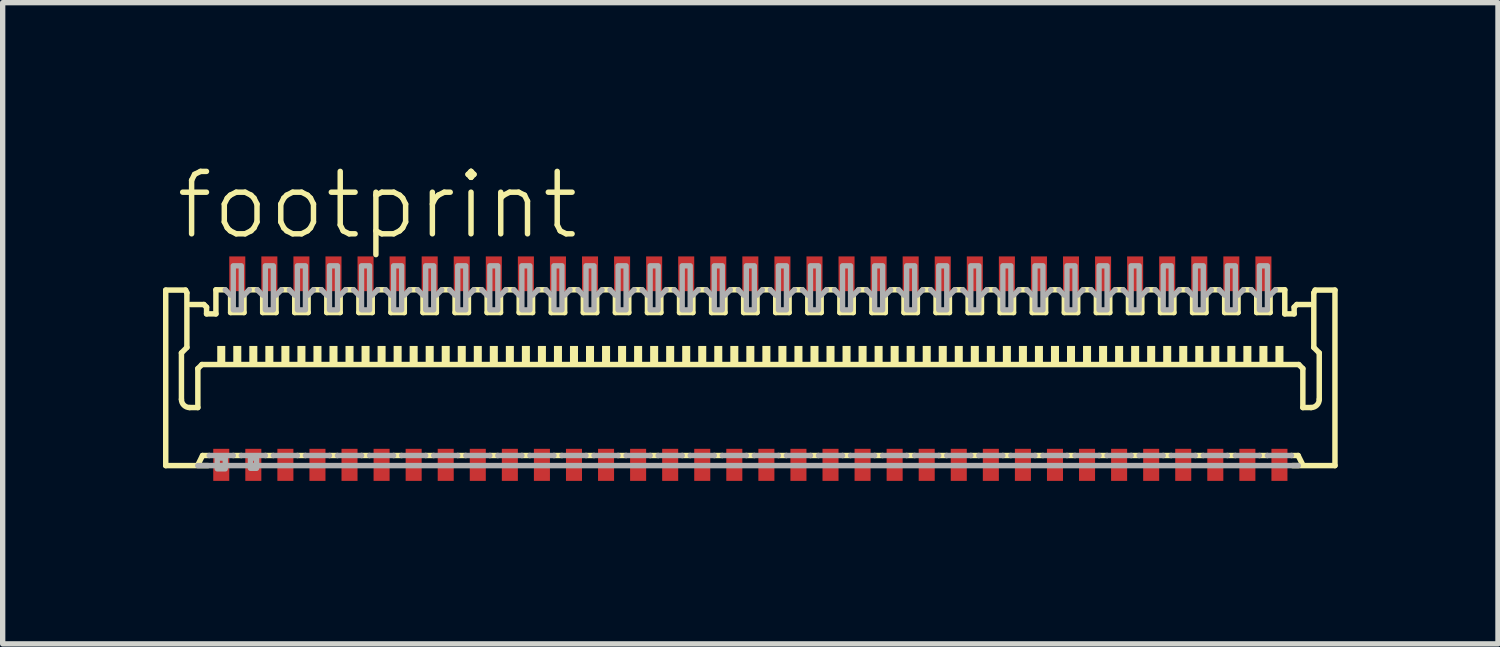
<source format=kicad_pcb>
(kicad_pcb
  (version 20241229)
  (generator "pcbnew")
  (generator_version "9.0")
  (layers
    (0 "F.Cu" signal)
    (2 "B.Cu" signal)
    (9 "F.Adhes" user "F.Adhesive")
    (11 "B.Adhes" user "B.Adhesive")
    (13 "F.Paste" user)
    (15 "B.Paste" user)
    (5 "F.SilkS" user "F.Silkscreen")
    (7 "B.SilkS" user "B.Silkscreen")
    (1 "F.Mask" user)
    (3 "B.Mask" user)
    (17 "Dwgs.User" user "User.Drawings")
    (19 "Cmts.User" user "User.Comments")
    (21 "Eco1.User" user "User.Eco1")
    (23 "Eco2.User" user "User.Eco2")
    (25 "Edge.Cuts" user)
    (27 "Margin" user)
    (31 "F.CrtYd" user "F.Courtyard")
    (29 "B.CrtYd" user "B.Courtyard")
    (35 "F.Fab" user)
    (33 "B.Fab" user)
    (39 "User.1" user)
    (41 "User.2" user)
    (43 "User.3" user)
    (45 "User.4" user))
  (footprint "footprint"
    (layer "F.Cu")
    (at 10.99 3.873)
    (property "Reference" "footprint" (at -10.8 -2.4 0) (layer "F.SilkS") (effects (font (size 1.168 1.168) (thickness 0.102)) (justify left bottom)))
    (fp_poly (pts (xy -10.1 2.125) (xy -9.7 2.125) (xy -9.7 1.425) (xy -10.1 1.425)) (stroke (width 0) (type solid)) (fill yes) (layer "F.Mask"))
    (fp_poly (pts (xy -9.8 -1.425) (xy -9.4 -1.425) (xy -9.4 -2.175) (xy -9.8 -2.175)) (stroke (width 0) (type solid)) (fill yes) (layer "F.Mask"))
    (fp_poly (pts (xy -9.5 2.125) (xy -9.1 2.125) (xy -9.1 1.425) (xy -9.5 1.425)) (stroke (width 0) (type solid)) (fill yes) (layer "F.Mask"))
    (fp_poly (pts (xy -9.2 -1.425) (xy -8.8 -1.425) (xy -8.8 -2.175) (xy -9.2 -2.175)) (stroke (width 0) (type solid)) (fill yes) (layer "F.Mask"))
    (fp_poly (pts (xy -8.9 2.125) (xy -8.5 2.125) (xy -8.5 1.425) (xy -8.9 1.425)) (stroke (width 0) (type solid)) (fill yes) (layer "F.Mask"))
    (fp_poly (pts (xy -8.6 -1.425) (xy -8.2 -1.425) (xy -8.2 -2.175) (xy -8.6 -2.175)) (stroke (width 0) (type solid)) (fill yes) (layer "F.Mask"))
    (fp_poly (pts (xy -8.3 2.125) (xy -7.9 2.125) (xy -7.9 1.425) (xy -8.3 1.425)) (stroke (width 0) (type solid)) (fill yes) (layer "F.Mask"))
    (fp_poly (pts (xy -8 -1.425) (xy -7.6 -1.425) (xy -7.6 -2.175) (xy -8 -2.175)) (stroke (width 0) (type solid)) (fill yes) (layer "F.Mask"))
    (fp_poly (pts (xy -7.7 2.125) (xy -7.3 2.125) (xy -7.3 1.425) (xy -7.7 1.425)) (stroke (width 0) (type solid)) (fill yes) (layer "F.Mask"))
    (fp_poly (pts (xy -7.4 -1.425) (xy -7 -1.425) (xy -7 -2.175) (xy -7.4 -2.175)) (stroke (width 0) (type solid)) (fill yes) (layer "F.Mask"))
    (fp_poly (pts (xy -7.1 2.125) (xy -6.7 2.125) (xy -6.7 1.425) (xy -7.1 1.425)) (stroke (width 0) (type solid)) (fill yes) (layer "F.Mask"))
    (fp_poly (pts (xy -6.8 -1.425) (xy -6.4 -1.425) (xy -6.4 -2.175) (xy -6.8 -2.175)) (stroke (width 0) (type solid)) (fill yes) (layer "F.Mask"))
    (fp_poly (pts (xy -6.5 2.125) (xy -6.1 2.125) (xy -6.1 1.425) (xy -6.5 1.425)) (stroke (width 0) (type solid)) (fill yes) (layer "F.Mask"))
    (fp_poly (pts (xy -6.2 -1.425) (xy -5.8 -1.425) (xy -5.8 -2.175) (xy -6.2 -2.175)) (stroke (width 0) (type solid)) (fill yes) (layer "F.Mask"))
    (fp_poly (pts (xy -5.9 2.125) (xy -5.5 2.125) (xy -5.5 1.425) (xy -5.9 1.425)) (stroke (width 0) (type solid)) (fill yes) (layer "F.Mask"))
    (fp_poly (pts (xy -5.6 -1.425) (xy -5.2 -1.425) (xy -5.2 -2.175) (xy -5.6 -2.175)) (stroke (width 0) (type solid)) (fill yes) (layer "F.Mask"))
    (fp_poly (pts (xy -5.3 2.125) (xy -4.9 2.125) (xy -4.9 1.425) (xy -5.3 1.425)) (stroke (width 0) (type solid)) (fill yes) (layer "F.Mask"))
    (fp_poly (pts (xy -5 -1.425) (xy -4.6 -1.425) (xy -4.6 -2.175) (xy -5 -2.175)) (stroke (width 0) (type solid)) (fill yes) (layer "F.Mask"))
    (fp_poly (pts (xy -4.7 2.125) (xy -4.3 2.125) (xy -4.3 1.425) (xy -4.7 1.425)) (stroke (width 0) (type solid)) (fill yes) (layer "F.Mask"))
    (fp_poly (pts (xy -4.4 -1.425) (xy -4 -1.425) (xy -4 -2.175) (xy -4.4 -2.175)) (stroke (width 0) (type solid)) (fill yes) (layer "F.Mask"))
    (fp_poly (pts (xy -4.1 2.125) (xy -3.7 2.125) (xy -3.7 1.425) (xy -4.1 1.425)) (stroke (width 0) (type solid)) (fill yes) (layer "F.Mask"))
    (fp_poly (pts (xy -3.8 -1.425) (xy -3.4 -1.425) (xy -3.4 -2.175) (xy -3.8 -2.175)) (stroke (width 0) (type solid)) (fill yes) (layer "F.Mask"))
    (fp_poly (pts (xy -3.5 2.125) (xy -3.1 2.125) (xy -3.1 1.425) (xy -3.5 1.425)) (stroke (width 0) (type solid)) (fill yes) (layer "F.Mask"))
    (fp_poly (pts (xy -3.2 -1.425) (xy -2.8 -1.425) (xy -2.8 -2.175) (xy -3.2 -2.175)) (stroke (width 0) (type solid)) (fill yes) (layer "F.Mask"))
    (fp_poly (pts (xy -2.9 2.125) (xy -2.5 2.125) (xy -2.5 1.425) (xy -2.9 1.425)) (stroke (width 0) (type solid)) (fill yes) (layer "F.Mask"))
    (fp_poly (pts (xy -2.6 -1.425) (xy -2.2 -1.425) (xy -2.2 -2.175) (xy -2.6 -2.175)) (stroke (width 0) (type solid)) (fill yes) (layer "F.Mask"))
    (fp_poly (pts (xy -2.3 2.125) (xy -1.9 2.125) (xy -1.9 1.425) (xy -2.3 1.425)) (stroke (width 0) (type solid)) (fill yes) (layer "F.Mask"))
    (fp_poly (pts (xy -2 -1.425) (xy -1.6 -1.425) (xy -1.6 -2.175) (xy -2 -2.175)) (stroke (width 0) (type solid)) (fill yes) (layer "F.Mask"))
    (fp_poly (pts (xy -1.7 2.125) (xy -1.3 2.125) (xy -1.3 1.425) (xy -1.7 1.425)) (stroke (width 0) (type solid)) (fill yes) (layer "F.Mask"))
    (fp_poly (pts (xy -1.4 -1.425) (xy -1 -1.425) (xy -1 -2.175) (xy -1.4 -2.175)) (stroke (width 0) (type solid)) (fill yes) (layer "F.Mask"))
    (fp_poly (pts (xy -1.1 2.125) (xy -0.7 2.125) (xy -0.7 1.425) (xy -1.1 1.425)) (stroke (width 0) (type solid)) (fill yes) (layer "F.Mask"))
    (fp_poly (pts (xy -0.8 -1.425) (xy -0.4 -1.425) (xy -0.4 -2.175) (xy -0.8 -2.175)) (stroke (width 0) (type solid)) (fill yes) (layer "F.Mask"))
    (fp_poly (pts (xy -0.5 2.125) (xy -0.1 2.125) (xy -0.1 1.425) (xy -0.5 1.425)) (stroke (width 0) (type solid)) (fill yes) (layer "F.Mask"))
    (fp_poly (pts (xy -0.2 -1.425) (xy 0.2 -1.425) (xy 0.2 -2.175) (xy -0.2 -2.175)) (stroke (width 0) (type solid)) (fill yes) (layer "F.Mask"))
    (fp_poly (pts (xy 0.1 2.125) (xy 0.5 2.125) (xy 0.5 1.425) (xy 0.1 1.425)) (stroke (width 0) (type solid)) (fill yes) (layer "F.Mask"))
    (fp_poly (pts (xy 0.4 -1.425) (xy 0.8 -1.425) (xy 0.8 -2.175) (xy 0.4 -2.175)) (stroke (width 0) (type solid)) (fill yes) (layer "F.Mask"))
    (fp_poly (pts (xy 0.7 2.125) (xy 1.1 2.125) (xy 1.1 1.425) (xy 0.7 1.425)) (stroke (width 0) (type solid)) (fill yes) (layer "F.Mask"))
    (fp_poly (pts (xy 1 -1.425) (xy 1.4 -1.425) (xy 1.4 -2.175) (xy 1 -2.175)) (stroke (width 0) (type solid)) (fill yes) (layer "F.Mask"))
    (fp_poly (pts (xy 1.3 2.125) (xy 1.7 2.125) (xy 1.7 1.425) (xy 1.3 1.425)) (stroke (width 0) (type solid)) (fill yes) (layer "F.Mask"))
    (fp_poly (pts (xy 1.6 -1.425) (xy 2 -1.425) (xy 2 -2.175) (xy 1.6 -2.175)) (stroke (width 0) (type solid)) (fill yes) (layer "F.Mask"))
    (fp_poly (pts (xy 1.9 2.125) (xy 2.3 2.125) (xy 2.3 1.425) (xy 1.9 1.425)) (stroke (width 0) (type solid)) (fill yes) (layer "F.Mask"))
    (fp_poly (pts (xy 2.2 -1.425) (xy 2.6 -1.425) (xy 2.6 -2.175) (xy 2.2 -2.175)) (stroke (width 0) (type solid)) (fill yes) (layer "F.Mask"))
    (fp_poly (pts (xy 2.5 2.125) (xy 2.9 2.125) (xy 2.9 1.425) (xy 2.5 1.425)) (stroke (width 0) (type solid)) (fill yes) (layer "F.Mask"))
    (fp_poly (pts (xy 2.8 -1.425) (xy 3.2 -1.425) (xy 3.2 -2.175) (xy 2.8 -2.175)) (stroke (width 0) (type solid)) (fill yes) (layer "F.Mask"))
    (fp_poly (pts (xy 3.1 2.125) (xy 3.5 2.125) (xy 3.5 1.425) (xy 3.1 1.425)) (stroke (width 0) (type solid)) (fill yes) (layer "F.Mask"))
    (fp_poly (pts (xy 3.4 -1.425) (xy 3.8 -1.425) (xy 3.8 -2.175) (xy 3.4 -2.175)) (stroke (width 0) (type solid)) (fill yes) (layer "F.Mask"))
    (fp_poly (pts (xy 3.7 2.125) (xy 4.1 2.125) (xy 4.1 1.425) (xy 3.7 1.425)) (stroke (width 0) (type solid)) (fill yes) (layer "F.Mask"))
    (fp_poly (pts (xy 4 -1.425) (xy 4.4 -1.425) (xy 4.4 -2.175) (xy 4 -2.175)) (stroke (width 0) (type solid)) (fill yes) (layer "F.Mask"))
    (fp_poly (pts (xy 4.3 2.125) (xy 4.7 2.125) (xy 4.7 1.425) (xy 4.3 1.425)) (stroke (width 0) (type solid)) (fill yes) (layer "F.Mask"))
    (fp_poly (pts (xy 4.6 -1.425) (xy 5 -1.425) (xy 5 -2.175) (xy 4.6 -2.175)) (stroke (width 0) (type solid)) (fill yes) (layer "F.Mask"))
    (fp_poly (pts (xy 4.9 2.125) (xy 5.3 2.125) (xy 5.3 1.425) (xy 4.9 1.425)) (stroke (width 0) (type solid)) (fill yes) (layer "F.Mask"))
    (fp_poly (pts (xy 5.2 -1.425) (xy 5.6 -1.425) (xy 5.6 -2.175) (xy 5.2 -2.175)) (stroke (width 0) (type solid)) (fill yes) (layer "F.Mask"))
    (fp_poly (pts (xy 5.5 2.125) (xy 5.9 2.125) (xy 5.9 1.425) (xy 5.5 1.425)) (stroke (width 0) (type solid)) (fill yes) (layer "F.Mask"))
    (fp_poly (pts (xy 5.8 -1.425) (xy 6.2 -1.425) (xy 6.2 -2.175) (xy 5.8 -2.175)) (stroke (width 0) (type solid)) (fill yes) (layer "F.Mask"))
    (fp_poly (pts (xy 6.1 2.125) (xy 6.5 2.125) (xy 6.5 1.425) (xy 6.1 1.425)) (stroke (width 0) (type solid)) (fill yes) (layer "F.Mask"))
    (fp_poly (pts (xy 6.4 -1.425) (xy 6.8 -1.425) (xy 6.8 -2.175) (xy 6.4 -2.175)) (stroke (width 0) (type solid)) (fill yes) (layer "F.Mask"))
    (fp_poly (pts (xy 6.7 2.125) (xy 7.1 2.125) (xy 7.1 1.425) (xy 6.7 1.425)) (stroke (width 0) (type solid)) (fill yes) (layer "F.Mask"))
    (fp_poly (pts (xy 7 -1.425) (xy 7.4 -1.425) (xy 7.4 -2.175) (xy 7 -2.175)) (stroke (width 0) (type solid)) (fill yes) (layer "F.Mask"))
    (fp_poly (pts (xy 7.3 2.125) (xy 7.7 2.125) (xy 7.7 1.425) (xy 7.3 1.425)) (stroke (width 0) (type solid)) (fill yes) (layer "F.Mask"))
    (fp_poly (pts (xy 7.6 -1.425) (xy 8 -1.425) (xy 8 -2.175) (xy 7.6 -2.175)) (stroke (width 0) (type solid)) (fill yes) (layer "F.Mask"))
    (fp_poly (pts (xy 7.9 2.125) (xy 8.3 2.125) (xy 8.3 1.425) (xy 7.9 1.425)) (stroke (width 0) (type solid)) (fill yes) (layer "F.Mask"))
    (fp_poly (pts (xy 8.2 -1.425) (xy 8.6 -1.425) (xy 8.6 -2.175) (xy 8.2 -2.175)) (stroke (width 0) (type solid)) (fill yes) (layer "F.Mask"))
    (fp_poly (pts (xy 8.5 2.125) (xy 8.9 2.125) (xy 8.9 1.425) (xy 8.5 1.425)) (stroke (width 0) (type solid)) (fill yes) (layer "F.Mask"))
    (fp_poly (pts (xy 8.8 -1.425) (xy 9.2 -1.425) (xy 9.2 -2.175) (xy 8.8 -2.175)) (stroke (width 0) (type solid)) (fill yes) (layer "F.Mask"))
    (fp_poly (pts (xy 9.1 2.125) (xy 9.5 2.125) (xy 9.5 1.425) (xy 9.1 1.425)) (stroke (width 0) (type solid)) (fill yes) (layer "F.Mask"))
    (fp_poly (pts (xy 9.4 -1.425) (xy 9.8 -1.425) (xy 9.8 -2.175) (xy 9.4 -2.175)) (stroke (width 0) (type solid)) (fill yes) (layer "F.Mask"))
    (fp_poly (pts (xy 9.7 2.125) (xy 10.1 2.125) (xy 10.1 1.425) (xy 9.7 1.425)) (stroke (width 0) (type solid)) (fill yes) (layer "F.Mask"))
    (fp_line (start -10.939 -1.495) (end -10.568 -1.495) (stroke (width 0.102) (type solid)) (layer "F.SilkS"))
    (fp_line (start -10.939 1.789) (end -10.939 -1.495) (stroke (width 0.102) (type solid)) (layer "F.SilkS"))
    (fp_line (start -10.645 -0.319) (end -10.645 0.549) (stroke (width 0.102) (type solid)) (layer "F.SilkS"))
    (fp_line (start -10.568 -1.495) (end -10.543 -1.444) (stroke (width 0.102) (type solid)) (layer "F.SilkS"))
    (fp_line (start -10.543 -1.444) (end -10.543 -0.422) (stroke (width 0.102) (type solid)) (layer "F.SilkS"))
    (fp_line (start -10.543 -0.422) (end -10.645 -0.319) (stroke (width 0.102) (type solid)) (layer "F.SilkS"))
    (fp_line (start -10.492 0.703) (end -10.338 0.703) (stroke (width 0.102) (type solid)) (layer "F.SilkS"))
    (fp_line (start -10.475 -1.225) (end -10.225 -1.225) (stroke (width 0.102) (type solid)) (layer "F.SilkS"))
    (fp_line (start -10.338 -0.026) (end -10.262 -0.102) (stroke (width 0.102) (type solid)) (layer "F.SilkS"))
    (fp_line (start -10.338 0.703) (end -10.338 -0.026) (stroke (width 0.102) (type solid)) (layer "F.SilkS"))
    (fp_line (start -10.325 1.751) (end -10.25 1.6) (stroke (width 0.102) (type solid)) (layer "F.SilkS"))
    (fp_line (start -10.25 1.6) (end -10.125 1.6) (stroke (width 0.102) (type solid)) (layer "F.SilkS"))
    (fp_line (start -10.225 -1.225) (end -10.175 -1.175) (stroke (width 0.102) (type solid)) (layer "F.SilkS"))
    (fp_line (start -10.175 -1.175) (end -10.175 -1.05) (stroke (width 0.102) (type solid)) (layer "F.SilkS"))
    (fp_line (start -10.175 -1.05) (end -10 -1.05) (stroke (width 0.102) (type solid)) (layer "F.SilkS"))
    (fp_line (start -10.147 1.789) (end -10.939 1.789) (stroke (width 0.102) (type solid)) (layer "F.SilkS"))
    (fp_line (start -10 -1.5) (end -9.825 -1.5) (stroke (width 0.102) (type solid)) (layer "F.SilkS"))
    (fp_line (start -10 -1.05) (end -10 -1.5) (stroke (width 0.102) (type solid)) (layer "F.SilkS"))
    (fp_line (start -9.725 -1.4) (end -9.725 -1.075) (stroke (width 0.102) (type solid)) (layer "F.SilkS"))
    (fp_line (start -9.725 -1.075) (end -9.475 -1.075) (stroke (width 0.102) (type solid)) (layer "F.SilkS"))
    (fp_line (start -9.675 1.6) (end -9.525 1.6) (stroke (width 0.102) (type solid)) (layer "F.SilkS"))
    (fp_line (start -9.475 -1.075) (end -9.475 -1.4) (stroke (width 0.102) (type solid)) (layer "F.SilkS"))
    (fp_line (start -9.375 -1.5) (end -9.225 -1.5) (stroke (width 0.102) (type solid)) (layer "F.SilkS"))
    (fp_line (start -9.125 -1.4) (end -9.125 -1.075) (stroke (width 0.102) (type solid)) (layer "F.SilkS"))
    (fp_line (start -9.125 -1.075) (end -8.875 -1.075) (stroke (width 0.102) (type solid)) (layer "F.SilkS"))
    (fp_line (start -9.075 1.6) (end -8.925 1.6) (stroke (width 0.102) (type solid)) (layer "F.SilkS"))
    (fp_line (start -8.875 -1.075) (end -8.875 -1.4) (stroke (width 0.102) (type solid)) (layer "F.SilkS"))
    (fp_line (start -8.775 -1.5) (end -8.625 -1.5) (stroke (width 0.102) (type solid)) (layer "F.SilkS"))
    (fp_line (start -8.525 -1.4) (end -8.525 -1.075) (stroke (width 0.102) (type solid)) (layer "F.SilkS"))
    (fp_line (start -8.525 -1.075) (end -8.275 -1.075) (stroke (width 0.102) (type solid)) (layer "F.SilkS"))
    (fp_line (start -8.475 1.6) (end -8.325 1.6) (stroke (width 0.102) (type solid)) (layer "F.SilkS"))
    (fp_line (start -8.275 -1.075) (end -8.275 -1.4) (stroke (width 0.102) (type solid)) (layer "F.SilkS"))
    (fp_line (start -8.175 -1.5) (end -8.025 -1.5) (stroke (width 0.102) (type solid)) (layer "F.SilkS"))
    (fp_line (start -7.925 -1.4) (end -7.925 -1.075) (stroke (width 0.102) (type solid)) (layer "F.SilkS"))
    (fp_line (start -7.925 -1.075) (end -7.675 -1.075) (stroke (width 0.102) (type solid)) (layer "F.SilkS"))
    (fp_line (start -7.875 1.6) (end -7.725 1.6) (stroke (width 0.102) (type solid)) (layer "F.SilkS"))
    (fp_line (start -7.675 -1.075) (end -7.675 -1.4) (stroke (width 0.102) (type solid)) (layer "F.SilkS"))
    (fp_line (start -7.575 -1.5) (end -7.425 -1.5) (stroke (width 0.102) (type solid)) (layer "F.SilkS"))
    (fp_line (start -7.325 -1.4) (end -7.325 -1.075) (stroke (width 0.102) (type solid)) (layer "F.SilkS"))
    (fp_line (start -7.325 -1.075) (end -7.075 -1.075) (stroke (width 0.102) (type solid)) (layer "F.SilkS"))
    (fp_line (start -7.275 1.6) (end -7.125 1.6) (stroke (width 0.102) (type solid)) (layer "F.SilkS"))
    (fp_line (start -7.075 -1.075) (end -7.075 -1.4) (stroke (width 0.102) (type solid)) (layer "F.SilkS"))
    (fp_line (start -6.975 -1.5) (end -6.825 -1.5) (stroke (width 0.102) (type solid)) (layer "F.SilkS"))
    (fp_line (start -6.725 -1.4) (end -6.725 -1.075) (stroke (width 0.102) (type solid)) (layer "F.SilkS"))
    (fp_line (start -6.725 -1.075) (end -6.475 -1.075) (stroke (width 0.102) (type solid)) (layer "F.SilkS"))
    (fp_line (start -6.675 1.6) (end -6.525 1.6) (stroke (width 0.102) (type solid)) (layer "F.SilkS"))
    (fp_line (start -6.475 -1.075) (end -6.475 -1.4) (stroke (width 0.102) (type solid)) (layer "F.SilkS"))
    (fp_line (start -6.375 -1.5) (end -6.225 -1.5) (stroke (width 0.102) (type solid)) (layer "F.SilkS"))
    (fp_line (start -6.125 -1.4) (end -6.125 -1.075) (stroke (width 0.102) (type solid)) (layer "F.SilkS"))
    (fp_line (start -6.125 -1.075) (end -5.875 -1.075) (stroke (width 0.102) (type solid)) (layer "F.SilkS"))
    (fp_line (start -6.075 1.6) (end -5.925 1.6) (stroke (width 0.102) (type solid)) (layer "F.SilkS"))
    (fp_line (start -5.875 -1.075) (end -5.875 -1.4) (stroke (width 0.102) (type solid)) (layer "F.SilkS"))
    (fp_line (start -5.775 -1.5) (end -5.625 -1.5) (stroke (width 0.102) (type solid)) (layer "F.SilkS"))
    (fp_line (start -5.525 -1.4) (end -5.525 -1.075) (stroke (width 0.102) (type solid)) (layer "F.SilkS"))
    (fp_line (start -5.525 -1.075) (end -5.275 -1.075) (stroke (width 0.102) (type solid)) (layer "F.SilkS"))
    (fp_line (start -5.475 1.6) (end -5.325 1.6) (stroke (width 0.102) (type solid)) (layer "F.SilkS"))
    (fp_line (start -5.275 -1.075) (end -5.275 -1.4) (stroke (width 0.102) (type solid)) (layer "F.SilkS"))
    (fp_line (start -5.175 -1.5) (end -5.025 -1.5) (stroke (width 0.102) (type solid)) (layer "F.SilkS"))
    (fp_line (start -4.925 -1.4) (end -4.925 -1.075) (stroke (width 0.102) (type solid)) (layer "F.SilkS"))
    (fp_line (start -4.925 -1.075) (end -4.675 -1.075) (stroke (width 0.102) (type solid)) (layer "F.SilkS"))
    (fp_line (start -4.875 1.6) (end -4.725 1.6) (stroke (width 0.102) (type solid)) (layer "F.SilkS"))
    (fp_line (start -4.675 -1.075) (end -4.675 -1.4) (stroke (width 0.102) (type solid)) (layer "F.SilkS"))
    (fp_line (start -4.575 -1.5) (end -4.425 -1.5) (stroke (width 0.102) (type solid)) (layer "F.SilkS"))
    (fp_line (start -4.325 -1.4) (end -4.325 -1.075) (stroke (width 0.102) (type solid)) (layer "F.SilkS"))
    (fp_line (start -4.325 -1.075) (end -4.075 -1.075) (stroke (width 0.102) (type solid)) (layer "F.SilkS"))
    (fp_line (start -4.275 1.6) (end -4.125 1.6) (stroke (width 0.102) (type solid)) (layer "F.SilkS"))
    (fp_line (start -4.075 -1.075) (end -4.075 -1.4) (stroke (width 0.102) (type solid)) (layer "F.SilkS"))
    (fp_line (start -3.975 -1.5) (end -3.825 -1.5) (stroke (width 0.102) (type solid)) (layer "F.SilkS"))
    (fp_line (start -3.725 -1.4) (end -3.725 -1.075) (stroke (width 0.102) (type solid)) (layer "F.SilkS"))
    (fp_line (start -3.725 -1.075) (end -3.475 -1.075) (stroke (width 0.102) (type solid)) (layer "F.SilkS"))
    (fp_line (start -3.675 1.6) (end -3.525 1.6) (stroke (width 0.102) (type solid)) (layer "F.SilkS"))
    (fp_line (start -3.475 -1.075) (end -3.475 -1.4) (stroke (width 0.102) (type solid)) (layer "F.SilkS"))
    (fp_line (start -3.375 -1.5) (end -3.225 -1.5) (stroke (width 0.102) (type solid)) (layer "F.SilkS"))
    (fp_line (start -3.125 -1.4) (end -3.125 -1.075) (stroke (width 0.102) (type solid)) (layer "F.SilkS"))
    (fp_line (start -3.125 -1.075) (end -2.875 -1.075) (stroke (width 0.102) (type solid)) (layer "F.SilkS"))
    (fp_line (start -3.075 1.6) (end -2.925 1.6) (stroke (width 0.102) (type solid)) (layer "F.SilkS"))
    (fp_line (start -2.875 -1.075) (end -2.875 -1.4) (stroke (width 0.102) (type solid)) (layer "F.SilkS"))
    (fp_line (start -2.775 -1.5) (end -2.625 -1.5) (stroke (width 0.102) (type solid)) (layer "F.SilkS"))
    (fp_line (start -2.525 -1.4) (end -2.525 -1.075) (stroke (width 0.102) (type solid)) (layer "F.SilkS"))
    (fp_line (start -2.525 -1.075) (end -2.275 -1.075) (stroke (width 0.102) (type solid)) (layer "F.SilkS"))
    (fp_line (start -2.475 1.6) (end -2.325 1.6) (stroke (width 0.102) (type solid)) (layer "F.SilkS"))
    (fp_line (start -2.275 -1.075) (end -2.275 -1.4) (stroke (width 0.102) (type solid)) (layer "F.SilkS"))
    (fp_line (start -2.175 -1.5) (end -2.025 -1.5) (stroke (width 0.102) (type solid)) (layer "F.SilkS"))
    (fp_line (start -1.925 -1.4) (end -1.925 -1.075) (stroke (width 0.102) (type solid)) (layer "F.SilkS"))
    (fp_line (start -1.925 -1.075) (end -1.675 -1.075) (stroke (width 0.102) (type solid)) (layer "F.SilkS"))
    (fp_line (start -1.875 1.6) (end -1.725 1.6) (stroke (width 0.102) (type solid)) (layer "F.SilkS"))
    (fp_line (start -1.675 -1.075) (end -1.675 -1.4) (stroke (width 0.102) (type solid)) (layer "F.SilkS"))
    (fp_line (start -1.575 -1.5) (end -1.425 -1.5) (stroke (width 0.102) (type solid)) (layer "F.SilkS"))
    (fp_line (start -1.325 -1.4) (end -1.325 -1.075) (stroke (width 0.102) (type solid)) (layer "F.SilkS"))
    (fp_line (start -1.325 -1.075) (end -1.075 -1.075) (stroke (width 0.102) (type solid)) (layer "F.SilkS"))
    (fp_line (start -1.275 1.6) (end -1.125 1.6) (stroke (width 0.102) (type solid)) (layer "F.SilkS"))
    (fp_line (start -1.075 -1.075) (end -1.075 -1.4) (stroke (width 0.102) (type solid)) (layer "F.SilkS"))
    (fp_line (start -0.975 -1.5) (end -0.825 -1.5) (stroke (width 0.102) (type solid)) (layer "F.SilkS"))
    (fp_line (start -0.725 -1.4) (end -0.725 -1.075) (stroke (width 0.102) (type solid)) (layer "F.SilkS"))
    (fp_line (start -0.725 -1.075) (end -0.475 -1.075) (stroke (width 0.102) (type solid)) (layer "F.SilkS"))
    (fp_line (start -0.675 1.6) (end -0.525 1.6) (stroke (width 0.102) (type solid)) (layer "F.SilkS"))
    (fp_line (start -0.475 -1.075) (end -0.475 -1.4) (stroke (width 0.102) (type solid)) (layer "F.SilkS"))
    (fp_line (start -0.375 -1.5) (end -0.225 -1.5) (stroke (width 0.102) (type solid)) (layer "F.SilkS"))
    (fp_line (start -0.125 -1.4) (end -0.125 -1.075) (stroke (width 0.102) (type solid)) (layer "F.SilkS"))
    (fp_line (start -0.125 -1.075) (end 0.125 -1.075) (stroke (width 0.102) (type solid)) (layer "F.SilkS"))
    (fp_line (start -0.075 1.6) (end 0.075 1.6) (stroke (width 0.102) (type solid)) (layer "F.SilkS"))
    (fp_line (start 0.125 -1.075) (end 0.125 -1.4) (stroke (width 0.102) (type solid)) (layer "F.SilkS"))
    (fp_line (start 0.225 -1.5) (end 0.375 -1.5) (stroke (width 0.102) (type solid)) (layer "F.SilkS"))
    (fp_line (start 0.475 -1.4) (end 0.475 -1.075) (stroke (width 0.102) (type solid)) (layer "F.SilkS"))
    (fp_line (start 0.475 -1.075) (end 0.725 -1.075) (stroke (width 0.102) (type solid)) (layer "F.SilkS"))
    (fp_line (start 0.525 1.6) (end 0.675 1.6) (stroke (width 0.102) (type solid)) (layer "F.SilkS"))
    (fp_line (start 0.725 -1.075) (end 0.725 -1.4) (stroke (width 0.102) (type solid)) (layer "F.SilkS"))
    (fp_line (start 0.825 -1.5) (end 0.975 -1.5) (stroke (width 0.102) (type solid)) (layer "F.SilkS"))
    (fp_line (start 1.075 -1.4) (end 1.075 -1.075) (stroke (width 0.102) (type solid)) (layer "F.SilkS"))
    (fp_line (start 1.075 -1.075) (end 1.325 -1.075) (stroke (width 0.102) (type solid)) (layer "F.SilkS"))
    (fp_line (start 1.125 1.6) (end 1.275 1.6) (stroke (width 0.102) (type solid)) (layer "F.SilkS"))
    (fp_line (start 1.325 -1.075) (end 1.325 -1.4) (stroke (width 0.102) (type solid)) (layer "F.SilkS"))
    (fp_line (start 1.425 -1.5) (end 1.575 -1.5) (stroke (width 0.102) (type solid)) (layer "F.SilkS"))
    (fp_line (start 1.675 -1.4) (end 1.675 -1.075) (stroke (width 0.102) (type solid)) (layer "F.SilkS"))
    (fp_line (start 1.675 -1.075) (end 1.925 -1.075) (stroke (width 0.102) (type solid)) (layer "F.SilkS"))
    (fp_line (start 1.725 1.6) (end 1.875 1.6) (stroke (width 0.102) (type solid)) (layer "F.SilkS"))
    (fp_line (start 1.925 -1.075) (end 1.925 -1.4) (stroke (width 0.102) (type solid)) (layer "F.SilkS"))
    (fp_line (start 2.025 -1.5) (end 2.175 -1.5) (stroke (width 0.102) (type solid)) (layer "F.SilkS"))
    (fp_line (start 2.275 -1.4) (end 2.275 -1.075) (stroke (width 0.102) (type solid)) (layer "F.SilkS"))
    (fp_line (start 2.275 -1.075) (end 2.525 -1.075) (stroke (width 0.102) (type solid)) (layer "F.SilkS"))
    (fp_line (start 2.325 1.6) (end 2.475 1.6) (stroke (width 0.102) (type solid)) (layer "F.SilkS"))
    (fp_line (start 2.525 -1.075) (end 2.525 -1.4) (stroke (width 0.102) (type solid)) (layer "F.SilkS"))
    (fp_line (start 2.625 -1.5) (end 2.775 -1.5) (stroke (width 0.102) (type solid)) (layer "F.SilkS"))
    (fp_line (start 2.875 -1.4) (end 2.875 -1.075) (stroke (width 0.102) (type solid)) (layer "F.SilkS"))
    (fp_line (start 2.875 -1.075) (end 3.125 -1.075) (stroke (width 0.102) (type solid)) (layer "F.SilkS"))
    (fp_line (start 2.925 1.6) (end 3.075 1.6) (stroke (width 0.102) (type solid)) (layer "F.SilkS"))
    (fp_line (start 3.125 -1.075) (end 3.125 -1.4) (stroke (width 0.102) (type solid)) (layer "F.SilkS"))
    (fp_line (start 3.225 -1.5) (end 3.375 -1.5) (stroke (width 0.102) (type solid)) (layer "F.SilkS"))
    (fp_line (start 3.475 -1.4) (end 3.475 -1.075) (stroke (width 0.102) (type solid)) (layer "F.SilkS"))
    (fp_line (start 3.475 -1.075) (end 3.725 -1.075) (stroke (width 0.102) (type solid)) (layer "F.SilkS"))
    (fp_line (start 3.525 1.6) (end 3.675 1.6) (stroke (width 0.102) (type solid)) (layer "F.SilkS"))
    (fp_line (start 3.725 -1.075) (end 3.725 -1.4) (stroke (width 0.102) (type solid)) (layer "F.SilkS"))
    (fp_line (start 3.825 -1.5) (end 3.975 -1.5) (stroke (width 0.102) (type solid)) (layer "F.SilkS"))
    (fp_line (start 4.075 -1.4) (end 4.075 -1.075) (stroke (width 0.102) (type solid)) (layer "F.SilkS"))
    (fp_line (start 4.075 -1.075) (end 4.325 -1.075) (stroke (width 0.102) (type solid)) (layer "F.SilkS"))
    (fp_line (start 4.125 1.6) (end 4.275 1.6) (stroke (width 0.102) (type solid)) (layer "F.SilkS"))
    (fp_line (start 4.325 -1.075) (end 4.325 -1.4) (stroke (width 0.102) (type solid)) (layer "F.SilkS"))
    (fp_line (start 4.425 -1.5) (end 4.575 -1.5) (stroke (width 0.102) (type solid)) (layer "F.SilkS"))
    (fp_line (start 4.675 -1.4) (end 4.675 -1.075) (stroke (width 0.102) (type solid)) (layer "F.SilkS"))
    (fp_line (start 4.675 -1.075) (end 4.925 -1.075) (stroke (width 0.102) (type solid)) (layer "F.SilkS"))
    (fp_line (start 4.725 1.6) (end 4.875 1.6) (stroke (width 0.102) (type solid)) (layer "F.SilkS"))
    (fp_line (start 4.925 -1.075) (end 4.925 -1.4) (stroke (width 0.102) (type solid)) (layer "F.SilkS"))
    (fp_line (start 5.025 -1.5) (end 5.175 -1.5) (stroke (width 0.102) (type solid)) (layer "F.SilkS"))
    (fp_line (start 5.275 -1.4) (end 5.275 -1.075) (stroke (width 0.102) (type solid)) (layer "F.SilkS"))
    (fp_line (start 5.275 -1.075) (end 5.525 -1.075) (stroke (width 0.102) (type solid)) (layer "F.SilkS"))
    (fp_line (start 5.325 1.6) (end 5.475 1.6) (stroke (width 0.102) (type solid)) (layer "F.SilkS"))
    (fp_line (start 5.525 -1.075) (end 5.525 -1.4) (stroke (width 0.102) (type solid)) (layer "F.SilkS"))
    (fp_line (start 5.625 -1.5) (end 5.775 -1.5) (stroke (width 0.102) (type solid)) (layer "F.SilkS"))
    (fp_line (start 5.875 -1.4) (end 5.875 -1.075) (stroke (width 0.102) (type solid)) (layer "F.SilkS"))
    (fp_line (start 5.875 -1.075) (end 6.125 -1.075) (stroke (width 0.102) (type solid)) (layer "F.SilkS"))
    (fp_line (start 5.925 1.6) (end 6.075 1.6) (stroke (width 0.102) (type solid)) (layer "F.SilkS"))
    (fp_line (start 6.125 -1.075) (end 6.125 -1.4) (stroke (width 0.102) (type solid)) (layer "F.SilkS"))
    (fp_line (start 6.225 -1.5) (end 6.375 -1.5) (stroke (width 0.102) (type solid)) (layer "F.SilkS"))
    (fp_line (start 6.475 -1.4) (end 6.475 -1.075) (stroke (width 0.102) (type solid)) (layer "F.SilkS"))
    (fp_line (start 6.475 -1.075) (end 6.725 -1.075) (stroke (width 0.102) (type solid)) (layer "F.SilkS"))
    (fp_line (start 6.525 1.6) (end 6.675 1.6) (stroke (width 0.102) (type solid)) (layer "F.SilkS"))
    (fp_line (start 6.725 -1.075) (end 6.725 -1.4) (stroke (width 0.102) (type solid)) (layer "F.SilkS"))
    (fp_line (start 6.825 -1.5) (end 6.975 -1.5) (stroke (width 0.102) (type solid)) (layer "F.SilkS"))
    (fp_line (start 7.075 -1.4) (end 7.075 -1.075) (stroke (width 0.102) (type solid)) (layer "F.SilkS"))
    (fp_line (start 7.075 -1.075) (end 7.325 -1.075) (stroke (width 0.102) (type solid)) (layer "F.SilkS"))
    (fp_line (start 7.125 1.6) (end 7.275 1.6) (stroke (width 0.102) (type solid)) (layer "F.SilkS"))
    (fp_line (start 7.325 -1.075) (end 7.325 -1.4) (stroke (width 0.102) (type solid)) (layer "F.SilkS"))
    (fp_line (start 7.425 -1.5) (end 7.575 -1.5) (stroke (width 0.102) (type solid)) (layer "F.SilkS"))
    (fp_line (start 7.675 -1.4) (end 7.675 -1.075) (stroke (width 0.102) (type solid)) (layer "F.SilkS"))
    (fp_line (start 7.675 -1.075) (end 7.925 -1.075) (stroke (width 0.102) (type solid)) (layer "F.SilkS"))
    (fp_line (start 7.725 1.6) (end 7.875 1.6) (stroke (width 0.102) (type solid)) (layer "F.SilkS"))
    (fp_line (start 7.925 -1.075) (end 7.925 -1.4) (stroke (width 0.102) (type solid)) (layer "F.SilkS"))
    (fp_line (start 8.025 -1.5) (end 8.175 -1.5) (stroke (width 0.102) (type solid)) (layer "F.SilkS"))
    (fp_line (start 8.275 -1.4) (end 8.275 -1.075) (stroke (width 0.102) (type solid)) (layer "F.SilkS"))
    (fp_line (start 8.275 -1.075) (end 8.525 -1.075) (stroke (width 0.102) (type solid)) (layer "F.SilkS"))
    (fp_line (start 8.325 1.6) (end 8.475 1.6) (stroke (width 0.102) (type solid)) (layer "F.SilkS"))
    (fp_line (start 8.525 -1.075) (end 8.525 -1.4) (stroke (width 0.102) (type solid)) (layer "F.SilkS"))
    (fp_line (start 8.625 -1.5) (end 8.775 -1.5) (stroke (width 0.102) (type solid)) (layer "F.SilkS"))
    (fp_line (start 8.875 -1.4) (end 8.875 -1.075) (stroke (width 0.102) (type solid)) (layer "F.SilkS"))
    (fp_line (start 8.875 -1.075) (end 9.125 -1.075) (stroke (width 0.102) (type solid)) (layer "F.SilkS"))
    (fp_line (start 8.925 1.6) (end 9.075 1.6) (stroke (width 0.102) (type solid)) (layer "F.SilkS"))
    (fp_line (start 9.125 -1.075) (end 9.125 -1.4) (stroke (width 0.102) (type solid)) (layer "F.SilkS"))
    (fp_line (start 9.225 -1.5) (end 9.375 -1.5) (stroke (width 0.102) (type solid)) (layer "F.SilkS"))
    (fp_line (start 9.475 -1.4) (end 9.475 -1.075) (stroke (width 0.102) (type solid)) (layer "F.SilkS"))
    (fp_line (start 9.475 -1.075) (end 9.725 -1.075) (stroke (width 0.102) (type solid)) (layer "F.SilkS"))
    (fp_line (start 9.525 1.6) (end 9.675 1.6) (stroke (width 0.102) (type solid)) (layer "F.SilkS"))
    (fp_line (start 9.725 -1.075) (end 9.725 -1.4) (stroke (width 0.102) (type solid)) (layer "F.SilkS"))
    (fp_line (start 9.825 -1.5) (end 10 -1.5) (stroke (width 0.102) (type solid)) (layer "F.SilkS"))
    (fp_line (start 10 -1.05) (end 10 -1.5) (stroke (width 0.102) (type solid)) (layer "F.SilkS"))
    (fp_line (start 10.147 1.789) (end 10.939 1.789) (stroke (width 0.102) (type solid)) (layer "F.SilkS"))
    (fp_line (start 10.175 -1.175) (end 10.175 -1.05) (stroke (width 0.102) (type solid)) (layer "F.SilkS"))
    (fp_line (start 10.175 -1.05) (end 10 -1.05) (stroke (width 0.102) (type solid)) (layer "F.SilkS"))
    (fp_line (start 10.225 -1.225) (end 10.175 -1.175) (stroke (width 0.102) (type solid)) (layer "F.SilkS"))
    (fp_line (start 10.25 1.6) (end 10.125 1.6) (stroke (width 0.102) (type solid)) (layer "F.SilkS"))
    (fp_line (start 10.262 -0.102) (end -10.262 -0.102) (stroke (width 0.102) (type solid)) (layer "F.SilkS"))
    (fp_line (start 10.325 1.751) (end 10.25 1.6) (stroke (width 0.102) (type solid)) (layer "F.SilkS"))
    (fp_line (start 10.338 -0.026) (end 10.262 -0.102) (stroke (width 0.102) (type solid)) (layer "F.SilkS"))
    (fp_line (start 10.338 0.703) (end 10.338 -0.026) (stroke (width 0.102) (type solid)) (layer "F.SilkS"))
    (fp_line (start 10.475 -1.225) (end 10.225 -1.225) (stroke (width 0.102) (type solid)) (layer "F.SilkS"))
    (fp_line (start 10.492 0.703) (end 10.338 0.703) (stroke (width 0.102) (type solid)) (layer "F.SilkS"))
    (fp_line (start 10.543 -1.444) (end 10.543 -0.422) (stroke (width 0.102) (type solid)) (layer "F.SilkS"))
    (fp_line (start 10.543 -0.422) (end 10.645 -0.319) (stroke (width 0.102) (type solid)) (layer "F.SilkS"))
    (fp_line (start 10.568 -1.495) (end 10.543 -1.444) (stroke (width 0.102) (type solid)) (layer "F.SilkS"))
    (fp_line (start 10.645 -0.319) (end 10.645 0.549) (stroke (width 0.102) (type solid)) (layer "F.SilkS"))
    (fp_line (start 10.939 -1.495) (end 10.568 -1.495) (stroke (width 0.102) (type solid)) (layer "F.SilkS"))
    (fp_line (start 10.939 1.789) (end 10.939 -1.495) (stroke (width 0.102) (type solid)) (layer "F.SilkS"))
    (fp_arc (start -10.491557 0.702843) (mid -10.599991 0.657929) (end -10.644906 0.549496) (stroke (width 0.1016) (type solid)) (layer "F.SilkS"))
    (fp_arc (start 10.644906 0.549496) (mid 10.599991 0.657929) (end 10.491557 0.702843) (stroke (width 0.1016) (type solid)) (layer "F.SilkS"))
    (fp_poly (pts (xy -9.975 -0.125) (xy -9.825 -0.125) (xy -9.825 -0.45) (xy -9.975 -0.45)) (stroke (width 0) (type solid)) (fill yes) (layer "F.SilkS"))
    (fp_poly (pts (xy -9.675 -0.125) (xy -9.525 -0.125) (xy -9.525 -0.45) (xy -9.675 -0.45)) (stroke (width 0) (type solid)) (fill yes) (layer "F.SilkS"))
    (fp_poly (pts (xy -9.375 -0.125) (xy -9.225 -0.125) (xy -9.225 -0.45) (xy -9.375 -0.45)) (stroke (width 0) (type solid)) (fill yes) (layer "F.SilkS"))
    (fp_poly (pts (xy -9.075 -0.125) (xy -8.925 -0.125) (xy -8.925 -0.45) (xy -9.075 -0.45)) (stroke (width 0) (type solid)) (fill yes) (layer "F.SilkS"))
    (fp_poly (pts (xy -8.775 -0.125) (xy -8.625 -0.125) (xy -8.625 -0.45) (xy -8.775 -0.45)) (stroke (width 0) (type solid)) (fill yes) (layer "F.SilkS"))
    (fp_poly (pts (xy -8.475 -0.125) (xy -8.325 -0.125) (xy -8.325 -0.45) (xy -8.475 -0.45)) (stroke (width 0) (type solid)) (fill yes) (layer "F.SilkS"))
    (fp_poly (pts (xy -8.175 -0.125) (xy -8.025 -0.125) (xy -8.025 -0.45) (xy -8.175 -0.45)) (stroke (width 0) (type solid)) (fill yes) (layer "F.SilkS"))
    (fp_poly (pts (xy -7.875 -0.125) (xy -7.725 -0.125) (xy -7.725 -0.45) (xy -7.875 -0.45)) (stroke (width 0) (type solid)) (fill yes) (layer "F.SilkS"))
    (fp_poly (pts (xy -7.575 -0.125) (xy -7.425 -0.125) (xy -7.425 -0.45) (xy -7.575 -0.45)) (stroke (width 0) (type solid)) (fill yes) (layer "F.SilkS"))
    (fp_poly (pts (xy -7.275 -0.125) (xy -7.125 -0.125) (xy -7.125 -0.45) (xy -7.275 -0.45)) (stroke (width 0) (type solid)) (fill yes) (layer "F.SilkS"))
    (fp_poly (pts (xy -6.975 -0.125) (xy -6.825 -0.125) (xy -6.825 -0.45) (xy -6.975 -0.45)) (stroke (width 0) (type solid)) (fill yes) (layer "F.SilkS"))
    (fp_poly (pts (xy -6.675 -0.125) (xy -6.525 -0.125) (xy -6.525 -0.45) (xy -6.675 -0.45)) (stroke (width 0) (type solid)) (fill yes) (layer "F.SilkS"))
    (fp_poly (pts (xy -6.375 -0.125) (xy -6.225 -0.125) (xy -6.225 -0.45) (xy -6.375 -0.45)) (stroke (width 0) (type solid)) (fill yes) (layer "F.SilkS"))
    (fp_poly (pts (xy -6.075 -0.125) (xy -5.925 -0.125) (xy -5.925 -0.45) (xy -6.075 -0.45)) (stroke (width 0) (type solid)) (fill yes) (layer "F.SilkS"))
    (fp_poly (pts (xy -5.775 -0.125) (xy -5.625 -0.125) (xy -5.625 -0.45) (xy -5.775 -0.45)) (stroke (width 0) (type solid)) (fill yes) (layer "F.SilkS"))
    (fp_poly (pts (xy -5.475 -0.125) (xy -5.325 -0.125) (xy -5.325 -0.45) (xy -5.475 -0.45)) (stroke (width 0) (type solid)) (fill yes) (layer "F.SilkS"))
    (fp_poly (pts (xy -5.175 -0.125) (xy -5.025 -0.125) (xy -5.025 -0.45) (xy -5.175 -0.45)) (stroke (width 0) (type solid)) (fill yes) (layer "F.SilkS"))
    (fp_poly (pts (xy -4.875 -0.125) (xy -4.725 -0.125) (xy -4.725 -0.45) (xy -4.875 -0.45)) (stroke (width 0) (type solid)) (fill yes) (layer "F.SilkS"))
    (fp_poly (pts (xy -4.575 -0.125) (xy -4.425 -0.125) (xy -4.425 -0.45) (xy -4.575 -0.45)) (stroke (width 0) (type solid)) (fill yes) (layer "F.SilkS"))
    (fp_poly (pts (xy -4.275 -0.125) (xy -4.125 -0.125) (xy -4.125 -0.45) (xy -4.275 -0.45)) (stroke (width 0) (type solid)) (fill yes) (layer "F.SilkS"))
    (fp_poly (pts (xy -3.975 -0.125) (xy -3.825 -0.125) (xy -3.825 -0.45) (xy -3.975 -0.45)) (stroke (width 0) (type solid)) (fill yes) (layer "F.SilkS"))
    (fp_poly (pts (xy -3.675 -0.125) (xy -3.525 -0.125) (xy -3.525 -0.45) (xy -3.675 -0.45)) (stroke (width 0) (type solid)) (fill yes) (layer "F.SilkS"))
    (fp_poly (pts (xy -3.375 -0.125) (xy -3.225 -0.125) (xy -3.225 -0.45) (xy -3.375 -0.45)) (stroke (width 0) (type solid)) (fill yes) (layer "F.SilkS"))
    (fp_poly (pts (xy -3.075 -0.125) (xy -2.925 -0.125) (xy -2.925 -0.45) (xy -3.075 -0.45)) (stroke (width 0) (type solid)) (fill yes) (layer "F.SilkS"))
    (fp_poly (pts (xy -2.775 -0.125) (xy -2.625 -0.125) (xy -2.625 -0.45) (xy -2.775 -0.45)) (stroke (width 0) (type solid)) (fill yes) (layer "F.SilkS"))
    (fp_poly (pts (xy -2.475 -0.125) (xy -2.325 -0.125) (xy -2.325 -0.45) (xy -2.475 -0.45)) (stroke (width 0) (type solid)) (fill yes) (layer "F.SilkS"))
    (fp_poly (pts (xy -2.175 -0.125) (xy -2.025 -0.125) (xy -2.025 -0.45) (xy -2.175 -0.45)) (stroke (width 0) (type solid)) (fill yes) (layer "F.SilkS"))
    (fp_poly (pts (xy -1.875 -0.125) (xy -1.725 -0.125) (xy -1.725 -0.45) (xy -1.875 -0.45)) (stroke (width 0) (type solid)) (fill yes) (layer "F.SilkS"))
    (fp_poly (pts (xy -1.575 -0.125) (xy -1.425 -0.125) (xy -1.425 -0.45) (xy -1.575 -0.45)) (stroke (width 0) (type solid)) (fill yes) (layer "F.SilkS"))
    (fp_poly (pts (xy -1.275 -0.125) (xy -1.125 -0.125) (xy -1.125 -0.45) (xy -1.275 -0.45)) (stroke (width 0) (type solid)) (fill yes) (layer "F.SilkS"))
    (fp_poly (pts (xy -0.975 -0.125) (xy -0.825 -0.125) (xy -0.825 -0.45) (xy -0.975 -0.45)) (stroke (width 0) (type solid)) (fill yes) (layer "F.SilkS"))
    (fp_poly (pts (xy -0.675 -0.125) (xy -0.525 -0.125) (xy -0.525 -0.45) (xy -0.675 -0.45)) (stroke (width 0) (type solid)) (fill yes) (layer "F.SilkS"))
    (fp_poly (pts (xy -0.375 -0.125) (xy -0.225 -0.125) (xy -0.225 -0.45) (xy -0.375 -0.45)) (stroke (width 0) (type solid)) (fill yes) (layer "F.SilkS"))
    (fp_poly (pts (xy -0.075 -0.125) (xy 0.075 -0.125) (xy 0.075 -0.45) (xy -0.075 -0.45)) (stroke (width 0) (type solid)) (fill yes) (layer "F.SilkS"))
    (fp_poly (pts (xy 0.225 -0.125) (xy 0.375 -0.125) (xy 0.375 -0.45) (xy 0.225 -0.45)) (stroke (width 0) (type solid)) (fill yes) (layer "F.SilkS"))
    (fp_poly (pts (xy 0.525 -0.125) (xy 0.675 -0.125) (xy 0.675 -0.45) (xy 0.525 -0.45)) (stroke (width 0) (type solid)) (fill yes) (layer "F.SilkS"))
    (fp_poly (pts (xy 0.825 -0.125) (xy 0.975 -0.125) (xy 0.975 -0.45) (xy 0.825 -0.45)) (stroke (width 0) (type solid)) (fill yes) (layer "F.SilkS"))
    (fp_poly (pts (xy 1.125 -0.125) (xy 1.275 -0.125) (xy 1.275 -0.45) (xy 1.125 -0.45)) (stroke (width 0) (type solid)) (fill yes) (layer "F.SilkS"))
    (fp_poly (pts (xy 1.425 -0.125) (xy 1.575 -0.125) (xy 1.575 -0.45) (xy 1.425 -0.45)) (stroke (width 0) (type solid)) (fill yes) (layer "F.SilkS"))
    (fp_poly (pts (xy 1.725 -0.125) (xy 1.875 -0.125) (xy 1.875 -0.45) (xy 1.725 -0.45)) (stroke (width 0) (type solid)) (fill yes) (layer "F.SilkS"))
    (fp_poly (pts (xy 2.025 -0.125) (xy 2.175 -0.125) (xy 2.175 -0.45) (xy 2.025 -0.45)) (stroke (width 0) (type solid)) (fill yes) (layer "F.SilkS"))
    (fp_poly (pts (xy 2.325 -0.125) (xy 2.475 -0.125) (xy 2.475 -0.45) (xy 2.325 -0.45)) (stroke (width 0) (type solid)) (fill yes) (layer "F.SilkS"))
    (fp_poly (pts (xy 2.625 -0.125) (xy 2.775 -0.125) (xy 2.775 -0.45) (xy 2.625 -0.45)) (stroke (width 0) (type solid)) (fill yes) (layer "F.SilkS"))
    (fp_poly (pts (xy 2.925 -0.125) (xy 3.075 -0.125) (xy 3.075 -0.45) (xy 2.925 -0.45)) (stroke (width 0) (type solid)) (fill yes) (layer "F.SilkS"))
    (fp_poly (pts (xy 3.225 -0.125) (xy 3.375 -0.125) (xy 3.375 -0.45) (xy 3.225 -0.45)) (stroke (width 0) (type solid)) (fill yes) (layer "F.SilkS"))
    (fp_poly (pts (xy 3.525 -0.125) (xy 3.675 -0.125) (xy 3.675 -0.45) (xy 3.525 -0.45)) (stroke (width 0) (type solid)) (fill yes) (layer "F.SilkS"))
    (fp_poly (pts (xy 3.825 -0.125) (xy 3.975 -0.125) (xy 3.975 -0.45) (xy 3.825 -0.45)) (stroke (width 0) (type solid)) (fill yes) (layer "F.SilkS"))
    (fp_poly (pts (xy 4.125 -0.125) (xy 4.275 -0.125) (xy 4.275 -0.45) (xy 4.125 -0.45)) (stroke (width 0) (type solid)) (fill yes) (layer "F.SilkS"))
    (fp_poly (pts (xy 4.425 -0.125) (xy 4.575 -0.125) (xy 4.575 -0.45) (xy 4.425 -0.45)) (stroke (width 0) (type solid)) (fill yes) (layer "F.SilkS"))
    (fp_poly (pts (xy 4.725 -0.125) (xy 4.875 -0.125) (xy 4.875 -0.45) (xy 4.725 -0.45)) (stroke (width 0) (type solid)) (fill yes) (layer "F.SilkS"))
    (fp_poly (pts (xy 5.025 -0.125) (xy 5.175 -0.125) (xy 5.175 -0.45) (xy 5.025 -0.45)) (stroke (width 0) (type solid)) (fill yes) (layer "F.SilkS"))
    (fp_poly (pts (xy 5.325 -0.125) (xy 5.475 -0.125) (xy 5.475 -0.45) (xy 5.325 -0.45)) (stroke (width 0) (type solid)) (fill yes) (layer "F.SilkS"))
    (fp_poly (pts (xy 5.625 -0.125) (xy 5.775 -0.125) (xy 5.775 -0.45) (xy 5.625 -0.45)) (stroke (width 0) (type solid)) (fill yes) (layer "F.SilkS"))
    (fp_poly (pts (xy 5.925 -0.125) (xy 6.075 -0.125) (xy 6.075 -0.45) (xy 5.925 -0.45)) (stroke (width 0) (type solid)) (fill yes) (layer "F.SilkS"))
    (fp_poly (pts (xy 6.225 -0.125) (xy 6.375 -0.125) (xy 6.375 -0.45) (xy 6.225 -0.45)) (stroke (width 0) (type solid)) (fill yes) (layer "F.SilkS"))
    (fp_poly (pts (xy 6.525 -0.125) (xy 6.675 -0.125) (xy 6.675 -0.45) (xy 6.525 -0.45)) (stroke (width 0) (type solid)) (fill yes) (layer "F.SilkS"))
    (fp_poly (pts (xy 6.825 -0.125) (xy 6.975 -0.125) (xy 6.975 -0.45) (xy 6.825 -0.45)) (stroke (width 0) (type solid)) (fill yes) (layer "F.SilkS"))
    (fp_poly (pts (xy 7.125 -0.125) (xy 7.275 -0.125) (xy 7.275 -0.45) (xy 7.125 -0.45)) (stroke (width 0) (type solid)) (fill yes) (layer "F.SilkS"))
    (fp_poly (pts (xy 7.425 -0.125) (xy 7.575 -0.125) (xy 7.575 -0.45) (xy 7.425 -0.45)) (stroke (width 0) (type solid)) (fill yes) (layer "F.SilkS"))
    (fp_poly (pts (xy 7.725 -0.125) (xy 7.875 -0.125) (xy 7.875 -0.45) (xy 7.725 -0.45)) (stroke (width 0) (type solid)) (fill yes) (layer "F.SilkS"))
    (fp_poly (pts (xy 8.025 -0.125) (xy 8.175 -0.125) (xy 8.175 -0.45) (xy 8.025 -0.45)) (stroke (width 0) (type solid)) (fill yes) (layer "F.SilkS"))
    (fp_poly (pts (xy 8.325 -0.125) (xy 8.475 -0.125) (xy 8.475 -0.45) (xy 8.325 -0.45)) (stroke (width 0) (type solid)) (fill yes) (layer "F.SilkS"))
    (fp_poly (pts (xy 8.625 -0.125) (xy 8.775 -0.125) (xy 8.775 -0.45) (xy 8.625 -0.45)) (stroke (width 0) (type solid)) (fill yes) (layer "F.SilkS"))
    (fp_poly (pts (xy 8.925 -0.125) (xy 9.075 -0.125) (xy 9.075 -0.45) (xy 8.925 -0.45)) (stroke (width 0) (type solid)) (fill yes) (layer "F.SilkS"))
    (fp_poly (pts (xy 9.225 -0.125) (xy 9.375 -0.125) (xy 9.375 -0.45) (xy 9.225 -0.45)) (stroke (width 0) (type solid)) (fill yes) (layer "F.SilkS"))
    (fp_poly (pts (xy 9.525 -0.125) (xy 9.675 -0.125) (xy 9.675 -0.45) (xy 9.525 -0.45)) (stroke (width 0) (type solid)) (fill yes) (layer "F.SilkS"))
    (fp_poly (pts (xy 9.825 -0.125) (xy 9.975 -0.125) (xy 9.975 -0.45) (xy 9.825 -0.45)) (stroke (width 0) (type solid)) (fill yes) (layer "F.SilkS"))
    (fp_poly (pts (xy -10.025 2.05) (xy -9.775 2.05) (xy -9.775 1.5) (xy -10.025 1.5)) (stroke (width 0) (type solid)) (fill yes) (layer "F.Paste"))
    (fp_poly (pts (xy -9.725 -1.5) (xy -9.475 -1.5) (xy -9.475 -2.1) (xy -9.725 -2.1)) (stroke (width 0) (type solid)) (fill yes) (layer "F.Paste"))
    (fp_poly (pts (xy -9.425 2.05) (xy -9.175 2.05) (xy -9.175 1.5) (xy -9.425 1.5)) (stroke (width 0) (type solid)) (fill yes) (layer "F.Paste"))
    (fp_poly (pts (xy -9.125 -1.5) (xy -8.875 -1.5) (xy -8.875 -2.1) (xy -9.125 -2.1)) (stroke (width 0) (type solid)) (fill yes) (layer "F.Paste"))
    (fp_poly (pts (xy -8.825 2.05) (xy -8.575 2.05) (xy -8.575 1.5) (xy -8.825 1.5)) (stroke (width 0) (type solid)) (fill yes) (layer "F.Paste"))
    (fp_poly (pts (xy -8.525 -1.5) (xy -8.275 -1.5) (xy -8.275 -2.1) (xy -8.525 -2.1)) (stroke (width 0) (type solid)) (fill yes) (layer "F.Paste"))
    (fp_poly (pts (xy -8.225 2.05) (xy -7.975 2.05) (xy -7.975 1.5) (xy -8.225 1.5)) (stroke (width 0) (type solid)) (fill yes) (layer "F.Paste"))
    (fp_poly (pts (xy -7.925 -1.5) (xy -7.675 -1.5) (xy -7.675 -2.1) (xy -7.925 -2.1)) (stroke (width 0) (type solid)) (fill yes) (layer "F.Paste"))
    (fp_poly (pts (xy -7.625 2.05) (xy -7.375 2.05) (xy -7.375 1.5) (xy -7.625 1.5)) (stroke (width 0) (type solid)) (fill yes) (layer "F.Paste"))
    (fp_poly (pts (xy -7.325 -1.5) (xy -7.075 -1.5) (xy -7.075 -2.1) (xy -7.325 -2.1)) (stroke (width 0) (type solid)) (fill yes) (layer "F.Paste"))
    (fp_poly (pts (xy -7.025 2.05) (xy -6.775 2.05) (xy -6.775 1.5) (xy -7.025 1.5)) (stroke (width 0) (type solid)) (fill yes) (layer "F.Paste"))
    (fp_poly (pts (xy -6.725 -1.5) (xy -6.475 -1.5) (xy -6.475 -2.1) (xy -6.725 -2.1)) (stroke (width 0) (type solid)) (fill yes) (layer "F.Paste"))
    (fp_poly (pts (xy -6.425 2.05) (xy -6.175 2.05) (xy -6.175 1.5) (xy -6.425 1.5)) (stroke (width 0) (type solid)) (fill yes) (layer "F.Paste"))
    (fp_poly (pts (xy -6.125 -1.5) (xy -5.875 -1.5) (xy -5.875 -2.1) (xy -6.125 -2.1)) (stroke (width 0) (type solid)) (fill yes) (layer "F.Paste"))
    (fp_poly (pts (xy -5.825 2.05) (xy -5.575 2.05) (xy -5.575 1.5) (xy -5.825 1.5)) (stroke (width 0) (type solid)) (fill yes) (layer "F.Paste"))
    (fp_poly (pts (xy -5.525 -1.5) (xy -5.275 -1.5) (xy -5.275 -2.1) (xy -5.525 -2.1)) (stroke (width 0) (type solid)) (fill yes) (layer "F.Paste"))
    (fp_poly (pts (xy -5.225 2.05) (xy -4.975 2.05) (xy -4.975 1.5) (xy -5.225 1.5)) (stroke (width 0) (type solid)) (fill yes) (layer "F.Paste"))
    (fp_poly (pts (xy -4.925 -1.5) (xy -4.675 -1.5) (xy -4.675 -2.1) (xy -4.925 -2.1)) (stroke (width 0) (type solid)) (fill yes) (layer "F.Paste"))
    (fp_poly (pts (xy -4.625 2.05) (xy -4.375 2.05) (xy -4.375 1.5) (xy -4.625 1.5)) (stroke (width 0) (type solid)) (fill yes) (layer "F.Paste"))
    (fp_poly (pts (xy -4.325 -1.5) (xy -4.075 -1.5) (xy -4.075 -2.1) (xy -4.325 -2.1)) (stroke (width 0) (type solid)) (fill yes) (layer "F.Paste"))
    (fp_poly (pts (xy -4.025 2.05) (xy -3.775 2.05) (xy -3.775 1.5) (xy -4.025 1.5)) (stroke (width 0) (type solid)) (fill yes) (layer "F.Paste"))
    (fp_poly (pts (xy -3.725 -1.5) (xy -3.475 -1.5) (xy -3.475 -2.1) (xy -3.725 -2.1)) (stroke (width 0) (type solid)) (fill yes) (layer "F.Paste"))
    (fp_poly (pts (xy -3.425 2.05) (xy -3.175 2.05) (xy -3.175 1.5) (xy -3.425 1.5)) (stroke (width 0) (type solid)) (fill yes) (layer "F.Paste"))
    (fp_poly (pts (xy -3.125 -1.5) (xy -2.875 -1.5) (xy -2.875 -2.1) (xy -3.125 -2.1)) (stroke (width 0) (type solid)) (fill yes) (layer "F.Paste"))
    (fp_poly (pts (xy -2.825 2.05) (xy -2.575 2.05) (xy -2.575 1.5) (xy -2.825 1.5)) (stroke (width 0) (type solid)) (fill yes) (layer "F.Paste"))
    (fp_poly (pts (xy -2.525 -1.5) (xy -2.275 -1.5) (xy -2.275 -2.1) (xy -2.525 -2.1)) (stroke (width 0) (type solid)) (fill yes) (layer "F.Paste"))
    (fp_poly (pts (xy -2.225 2.05) (xy -1.975 2.05) (xy -1.975 1.5) (xy -2.225 1.5)) (stroke (width 0) (type solid)) (fill yes) (layer "F.Paste"))
    (fp_poly (pts (xy -1.925 -1.5) (xy -1.675 -1.5) (xy -1.675 -2.1) (xy -1.925 -2.1)) (stroke (width 0) (type solid)) (fill yes) (layer "F.Paste"))
    (fp_poly (pts (xy -1.625 2.05) (xy -1.375 2.05) (xy -1.375 1.5) (xy -1.625 1.5)) (stroke (width 0) (type solid)) (fill yes) (layer "F.Paste"))
    (fp_poly (pts (xy -1.325 -1.5) (xy -1.075 -1.5) (xy -1.075 -2.1) (xy -1.325 -2.1)) (stroke (width 0) (type solid)) (fill yes) (layer "F.Paste"))
    (fp_poly (pts (xy -1.025 2.05) (xy -0.775 2.05) (xy -0.775 1.5) (xy -1.025 1.5)) (stroke (width 0) (type solid)) (fill yes) (layer "F.Paste"))
    (fp_poly (pts (xy -0.725 -1.5) (xy -0.475 -1.5) (xy -0.475 -2.1) (xy -0.725 -2.1)) (stroke (width 0) (type solid)) (fill yes) (layer "F.Paste"))
    (fp_poly (pts (xy -0.425 2.05) (xy -0.175 2.05) (xy -0.175 1.5) (xy -0.425 1.5)) (stroke (width 0) (type solid)) (fill yes) (layer "F.Paste"))
    (fp_poly (pts (xy -0.125 -1.5) (xy 0.125 -1.5) (xy 0.125 -2.1) (xy -0.125 -2.1)) (stroke (width 0) (type solid)) (fill yes) (layer "F.Paste"))
    (fp_poly (pts (xy 0.175 2.05) (xy 0.425 2.05) (xy 0.425 1.5) (xy 0.175 1.5)) (stroke (width 0) (type solid)) (fill yes) (layer "F.Paste"))
    (fp_poly (pts (xy 0.475 -1.5) (xy 0.725 -1.5) (xy 0.725 -2.1) (xy 0.475 -2.1)) (stroke (width 0) (type solid)) (fill yes) (layer "F.Paste"))
    (fp_poly (pts (xy 0.775 2.05) (xy 1.025 2.05) (xy 1.025 1.5) (xy 0.775 1.5)) (stroke (width 0) (type solid)) (fill yes) (layer "F.Paste"))
    (fp_poly (pts (xy 1.075 -1.5) (xy 1.325 -1.5) (xy 1.325 -2.1) (xy 1.075 -2.1)) (stroke (width 0) (type solid)) (fill yes) (layer "F.Paste"))
    (fp_poly (pts (xy 1.375 2.05) (xy 1.625 2.05) (xy 1.625 1.5) (xy 1.375 1.5)) (stroke (width 0) (type solid)) (fill yes) (layer "F.Paste"))
    (fp_poly (pts (xy 1.675 -1.5) (xy 1.925 -1.5) (xy 1.925 -2.1) (xy 1.675 -2.1)) (stroke (width 0) (type solid)) (fill yes) (layer "F.Paste"))
    (fp_poly (pts (xy 1.975 2.05) (xy 2.225 2.05) (xy 2.225 1.5) (xy 1.975 1.5)) (stroke (width 0) (type solid)) (fill yes) (layer "F.Paste"))
    (fp_poly (pts (xy 2.275 -1.5) (xy 2.525 -1.5) (xy 2.525 -2.1) (xy 2.275 -2.1)) (stroke (width 0) (type solid)) (fill yes) (layer "F.Paste"))
    (fp_poly (pts (xy 2.575 2.05) (xy 2.825 2.05) (xy 2.825 1.5) (xy 2.575 1.5)) (stroke (width 0) (type solid)) (fill yes) (layer "F.Paste"))
    (fp_poly (pts (xy 2.875 -1.5) (xy 3.125 -1.5) (xy 3.125 -2.1) (xy 2.875 -2.1)) (stroke (width 0) (type solid)) (fill yes) (layer "F.Paste"))
    (fp_poly (pts (xy 3.175 2.05) (xy 3.425 2.05) (xy 3.425 1.5) (xy 3.175 1.5)) (stroke (width 0) (type solid)) (fill yes) (layer "F.Paste"))
    (fp_poly (pts (xy 3.475 -1.5) (xy 3.725 -1.5) (xy 3.725 -2.1) (xy 3.475 -2.1)) (stroke (width 0) (type solid)) (fill yes) (layer "F.Paste"))
    (fp_poly (pts (xy 3.775 2.05) (xy 4.025 2.05) (xy 4.025 1.5) (xy 3.775 1.5)) (stroke (width 0) (type solid)) (fill yes) (layer "F.Paste"))
    (fp_poly (pts (xy 4.075 -1.5) (xy 4.325 -1.5) (xy 4.325 -2.1) (xy 4.075 -2.1)) (stroke (width 0) (type solid)) (fill yes) (layer "F.Paste"))
    (fp_poly (pts (xy 4.375 2.05) (xy 4.625 2.05) (xy 4.625 1.5) (xy 4.375 1.5)) (stroke (width 0) (type solid)) (fill yes) (layer "F.Paste"))
    (fp_poly (pts (xy 4.675 -1.5) (xy 4.925 -1.5) (xy 4.925 -2.1) (xy 4.675 -2.1)) (stroke (width 0) (type solid)) (fill yes) (layer "F.Paste"))
    (fp_poly (pts (xy 4.975 2.05) (xy 5.225 2.05) (xy 5.225 1.5) (xy 4.975 1.5)) (stroke (width 0) (type solid)) (fill yes) (layer "F.Paste"))
    (fp_poly (pts (xy 5.275 -1.5) (xy 5.525 -1.5) (xy 5.525 -2.1) (xy 5.275 -2.1)) (stroke (width 0) (type solid)) (fill yes) (layer "F.Paste"))
    (fp_poly (pts (xy 5.575 2.05) (xy 5.825 2.05) (xy 5.825 1.5) (xy 5.575 1.5)) (stroke (width 0) (type solid)) (fill yes) (layer "F.Paste"))
    (fp_poly (pts (xy 5.875 -1.5) (xy 6.125 -1.5) (xy 6.125 -2.1) (xy 5.875 -2.1)) (stroke (width 0) (type solid)) (fill yes) (layer "F.Paste"))
    (fp_poly (pts (xy 6.175 2.05) (xy 6.425 2.05) (xy 6.425 1.5) (xy 6.175 1.5)) (stroke (width 0) (type solid)) (fill yes) (layer "F.Paste"))
    (fp_poly (pts (xy 6.475 -1.5) (xy 6.725 -1.5) (xy 6.725 -2.1) (xy 6.475 -2.1)) (stroke (width 0) (type solid)) (fill yes) (layer "F.Paste"))
    (fp_poly (pts (xy 6.775 2.05) (xy 7.025 2.05) (xy 7.025 1.5) (xy 6.775 1.5)) (stroke (width 0) (type solid)) (fill yes) (layer "F.Paste"))
    (fp_poly (pts (xy 7.075 -1.5) (xy 7.325 -1.5) (xy 7.325 -2.1) (xy 7.075 -2.1)) (stroke (width 0) (type solid)) (fill yes) (layer "F.Paste"))
    (fp_poly (pts (xy 7.375 2.05) (xy 7.625 2.05) (xy 7.625 1.5) (xy 7.375 1.5)) (stroke (width 0) (type solid)) (fill yes) (layer "F.Paste"))
    (fp_poly (pts (xy 7.675 -1.5) (xy 7.925 -1.5) (xy 7.925 -2.1) (xy 7.675 -2.1)) (stroke (width 0) (type solid)) (fill yes) (layer "F.Paste"))
    (fp_poly (pts (xy 7.975 2.05) (xy 8.225 2.05) (xy 8.225 1.5) (xy 7.975 1.5)) (stroke (width 0) (type solid)) (fill yes) (layer "F.Paste"))
    (fp_poly (pts (xy 8.275 -1.5) (xy 8.525 -1.5) (xy 8.525 -2.1) (xy 8.275 -2.1)) (stroke (width 0) (type solid)) (fill yes) (layer "F.Paste"))
    (fp_poly (pts (xy 8.575 2.05) (xy 8.825 2.05) (xy 8.825 1.5) (xy 8.575 1.5)) (stroke (width 0) (type solid)) (fill yes) (layer "F.Paste"))
    (fp_poly (pts (xy 8.875 -1.5) (xy 9.125 -1.5) (xy 9.125 -2.1) (xy 8.875 -2.1)) (stroke (width 0) (type solid)) (fill yes) (layer "F.Paste"))
    (fp_poly (pts (xy 9.175 2.05) (xy 9.425 2.05) (xy 9.425 1.5) (xy 9.175 1.5)) (stroke (width 0) (type solid)) (fill yes) (layer "F.Paste"))
    (fp_poly (pts (xy 9.475 -1.5) (xy 9.725 -1.5) (xy 9.725 -2.1) (xy 9.475 -2.1)) (stroke (width 0) (type solid)) (fill yes) (layer "F.Paste"))
    (fp_poly (pts (xy 9.775 2.05) (xy 10.025 2.05) (xy 10.025 1.5) (xy 9.775 1.5)) (stroke (width 0) (type solid)) (fill yes) (layer "F.Paste"))
    (fp_line (start -10.125 1.6) (end -9.675 1.6) (stroke (width 0.102) (type solid)) (layer "F.Fab"))
    (fp_line (start -9.825 -1.5) (end -9.725 -1.4) (stroke (width 0.102) (type solid)) (layer "F.Fab"))
    (fp_line (start -9.525 1.6) (end -9.075 1.6) (stroke (width 0.102) (type solid)) (layer "F.Fab"))
    (fp_line (start -9.475 -1.4) (end -9.375 -1.5) (stroke (width 0.102) (type solid)) (layer "F.Fab"))
    (fp_line (start -9.225 -1.5) (end -9.125 -1.4) (stroke (width 0.102) (type solid)) (layer "F.Fab"))
    (fp_line (start -8.925 1.6) (end -8.475 1.6) (stroke (width 0.102) (type solid)) (layer "F.Fab"))
    (fp_line (start -8.875 -1.4) (end -8.775 -1.5) (stroke (width 0.102) (type solid)) (layer "F.Fab"))
    (fp_line (start -8.625 -1.5) (end -8.525 -1.4) (stroke (width 0.102) (type solid)) (layer "F.Fab"))
    (fp_line (start -8.325 1.6) (end -7.875 1.6) (stroke (width 0.102) (type solid)) (layer "F.Fab"))
    (fp_line (start -8.275 -1.4) (end -8.175 -1.5) (stroke (width 0.102) (type solid)) (layer "F.Fab"))
    (fp_line (start -8.025 -1.5) (end -7.925 -1.4) (stroke (width 0.102) (type solid)) (layer "F.Fab"))
    (fp_line (start -7.725 1.6) (end -7.275 1.6) (stroke (width 0.102) (type solid)) (layer "F.Fab"))
    (fp_line (start -7.675 -1.4) (end -7.575 -1.5) (stroke (width 0.102) (type solid)) (layer "F.Fab"))
    (fp_line (start -7.425 -1.5) (end -7.325 -1.4) (stroke (width 0.102) (type solid)) (layer "F.Fab"))
    (fp_line (start -7.125 1.6) (end -6.675 1.6) (stroke (width 0.102) (type solid)) (layer "F.Fab"))
    (fp_line (start -7.075 -1.4) (end -6.975 -1.5) (stroke (width 0.102) (type solid)) (layer "F.Fab"))
    (fp_line (start -6.825 -1.5) (end -6.725 -1.4) (stroke (width 0.102) (type solid)) (layer "F.Fab"))
    (fp_line (start -6.525 1.6) (end -6.075 1.6) (stroke (width 0.102) (type solid)) (layer "F.Fab"))
    (fp_line (start -6.475 -1.4) (end -6.375 -1.5) (stroke (width 0.102) (type solid)) (layer "F.Fab"))
    (fp_line (start -6.225 -1.5) (end -6.125 -1.4) (stroke (width 0.102) (type solid)) (layer "F.Fab"))
    (fp_line (start -5.925 1.6) (end -5.475 1.6) (stroke (width 0.102) (type solid)) (layer "F.Fab"))
    (fp_line (start -5.875 -1.4) (end -5.775 -1.5) (stroke (width 0.102) (type solid)) (layer "F.Fab"))
    (fp_line (start -5.625 -1.5) (end -5.525 -1.4) (stroke (width 0.102) (type solid)) (layer "F.Fab"))
    (fp_line (start -5.325 1.6) (end -4.875 1.6) (stroke (width 0.102) (type solid)) (layer "F.Fab"))
    (fp_line (start -5.275 -1.4) (end -5.175 -1.5) (stroke (width 0.102) (type solid)) (layer "F.Fab"))
    (fp_line (start -5.025 -1.5) (end -4.925 -1.4) (stroke (width 0.102) (type solid)) (layer "F.Fab"))
    (fp_line (start -4.725 1.6) (end -4.275 1.6) (stroke (width 0.102) (type solid)) (layer "F.Fab"))
    (fp_line (start -4.675 -1.4) (end -4.575 -1.5) (stroke (width 0.102) (type solid)) (layer "F.Fab"))
    (fp_line (start -4.425 -1.5) (end -4.325 -1.4) (stroke (width 0.102) (type solid)) (layer "F.Fab"))
    (fp_line (start -4.125 1.6) (end -3.675 1.6) (stroke (width 0.102) (type solid)) (layer "F.Fab"))
    (fp_line (start -4.075 -1.4) (end -3.975 -1.5) (stroke (width 0.102) (type solid)) (layer "F.Fab"))
    (fp_line (start -3.825 -1.5) (end -3.725 -1.4) (stroke (width 0.102) (type solid)) (layer "F.Fab"))
    (fp_line (start -3.525 1.6) (end -3.075 1.6) (stroke (width 0.102) (type solid)) (layer "F.Fab"))
    (fp_line (start -3.475 -1.4) (end -3.375 -1.5) (stroke (width 0.102) (type solid)) (layer "F.Fab"))
    (fp_line (start -3.225 -1.5) (end -3.125 -1.4) (stroke (width 0.102) (type solid)) (layer "F.Fab"))
    (fp_line (start -2.925 1.6) (end -2.475 1.6) (stroke (width 0.102) (type solid)) (layer "F.Fab"))
    (fp_line (start -2.875 -1.4) (end -2.775 -1.5) (stroke (width 0.102) (type solid)) (layer "F.Fab"))
    (fp_line (start -2.625 -1.5) (end -2.525 -1.4) (stroke (width 0.102) (type solid)) (layer "F.Fab"))
    (fp_line (start -2.325 1.6) (end -1.875 1.6) (stroke (width 0.102) (type solid)) (layer "F.Fab"))
    (fp_line (start -2.275 -1.4) (end -2.175 -1.5) (stroke (width 0.102) (type solid)) (layer "F.Fab"))
    (fp_line (start -2.025 -1.5) (end -1.925 -1.4) (stroke (width 0.102) (type solid)) (layer "F.Fab"))
    (fp_line (start -1.725 1.6) (end -1.275 1.6) (stroke (width 0.102) (type solid)) (layer "F.Fab"))
    (fp_line (start -1.675 -1.4) (end -1.575 -1.5) (stroke (width 0.102) (type solid)) (layer "F.Fab"))
    (fp_line (start -1.425 -1.5) (end -1.325 -1.4) (stroke (width 0.102) (type solid)) (layer "F.Fab"))
    (fp_line (start -1.125 1.6) (end -0.675 1.6) (stroke (width 0.102) (type solid)) (layer "F.Fab"))
    (fp_line (start -1.075 -1.4) (end -0.975 -1.5) (stroke (width 0.102) (type solid)) (layer "F.Fab"))
    (fp_line (start -0.825 -1.5) (end -0.725 -1.4) (stroke (width 0.102) (type solid)) (layer "F.Fab"))
    (fp_line (start -0.525 1.6) (end -0.075 1.6) (stroke (width 0.102) (type solid)) (layer "F.Fab"))
    (fp_line (start -0.475 -1.4) (end -0.375 -1.5) (stroke (width 0.102) (type solid)) (layer "F.Fab"))
    (fp_line (start -0.225 -1.5) (end -0.125 -1.4) (stroke (width 0.102) (type solid)) (layer "F.Fab"))
    (fp_line (start 0.075 1.6) (end 0.525 1.6) (stroke (width 0.102) (type solid)) (layer "F.Fab"))
    (fp_line (start 0.125 -1.4) (end 0.225 -1.5) (stroke (width 0.102) (type solid)) (layer "F.Fab"))
    (fp_line (start 0.375 -1.5) (end 0.475 -1.4) (stroke (width 0.102) (type solid)) (layer "F.Fab"))
    (fp_line (start 0.675 1.6) (end 1.125 1.6) (stroke (width 0.102) (type solid)) (layer "F.Fab"))
    (fp_line (start 0.725 -1.4) (end 0.825 -1.5) (stroke (width 0.102) (type solid)) (layer "F.Fab"))
    (fp_line (start 0.975 -1.5) (end 1.075 -1.4) (stroke (width 0.102) (type solid)) (layer "F.Fab"))
    (fp_line (start 1.275 1.6) (end 1.725 1.6) (stroke (width 0.102) (type solid)) (layer "F.Fab"))
    (fp_line (start 1.325 -1.4) (end 1.425 -1.5) (stroke (width 0.102) (type solid)) (layer "F.Fab"))
    (fp_line (start 1.575 -1.5) (end 1.675 -1.4) (stroke (width 0.102) (type solid)) (layer "F.Fab"))
    (fp_line (start 1.875 1.6) (end 2.325 1.6) (stroke (width 0.102) (type solid)) (layer "F.Fab"))
    (fp_line (start 1.925 -1.4) (end 2.025 -1.5) (stroke (width 0.102) (type solid)) (layer "F.Fab"))
    (fp_line (start 2.175 -1.5) (end 2.275 -1.4) (stroke (width 0.102) (type solid)) (layer "F.Fab"))
    (fp_line (start 2.475 1.6) (end 2.925 1.6) (stroke (width 0.102) (type solid)) (layer "F.Fab"))
    (fp_line (start 2.525 -1.4) (end 2.625 -1.5) (stroke (width 0.102) (type solid)) (layer "F.Fab"))
    (fp_line (start 2.775 -1.5) (end 2.875 -1.4) (stroke (width 0.102) (type solid)) (layer "F.Fab"))
    (fp_line (start 3.075 1.6) (end 3.525 1.6) (stroke (width 0.102) (type solid)) (layer "F.Fab"))
    (fp_line (start 3.125 -1.4) (end 3.225 -1.5) (stroke (width 0.102) (type solid)) (layer "F.Fab"))
    (fp_line (start 3.375 -1.5) (end 3.475 -1.4) (stroke (width 0.102) (type solid)) (layer "F.Fab"))
    (fp_line (start 3.675 1.6) (end 4.125 1.6) (stroke (width 0.102) (type solid)) (layer "F.Fab"))
    (fp_line (start 3.725 -1.4) (end 3.825 -1.5) (stroke (width 0.102) (type solid)) (layer "F.Fab"))
    (fp_line (start 3.975 -1.5) (end 4.075 -1.4) (stroke (width 0.102) (type solid)) (layer "F.Fab"))
    (fp_line (start 4.275 1.6) (end 4.725 1.6) (stroke (width 0.102) (type solid)) (layer "F.Fab"))
    (fp_line (start 4.325 -1.4) (end 4.425 -1.5) (stroke (width 0.102) (type solid)) (layer "F.Fab"))
    (fp_line (start 4.575 -1.5) (end 4.675 -1.4) (stroke (width 0.102) (type solid)) (layer "F.Fab"))
    (fp_line (start 4.875 1.6) (end 5.325 1.6) (stroke (width 0.102) (type solid)) (layer "F.Fab"))
    (fp_line (start 4.925 -1.4) (end 5.025 -1.5) (stroke (width 0.102) (type solid)) (layer "F.Fab"))
    (fp_line (start 5.175 -1.5) (end 5.275 -1.4) (stroke (width 0.102) (type solid)) (layer "F.Fab"))
    (fp_line (start 5.475 1.6) (end 5.925 1.6) (stroke (width 0.102) (type solid)) (layer "F.Fab"))
    (fp_line (start 5.525 -1.4) (end 5.625 -1.5) (stroke (width 0.102) (type solid)) (layer "F.Fab"))
    (fp_line (start 5.775 -1.5) (end 5.875 -1.4) (stroke (width 0.102) (type solid)) (layer "F.Fab"))
    (fp_line (start 6.075 1.6) (end 6.525 1.6) (stroke (width 0.102) (type solid)) (layer "F.Fab"))
    (fp_line (start 6.125 -1.4) (end 6.225 -1.5) (stroke (width 0.102) (type solid)) (layer "F.Fab"))
    (fp_line (start 6.375 -1.5) (end 6.475 -1.4) (stroke (width 0.102) (type solid)) (layer "F.Fab"))
    (fp_line (start 6.675 1.6) (end 7.125 1.6) (stroke (width 0.102) (type solid)) (layer "F.Fab"))
    (fp_line (start 6.725 -1.4) (end 6.825 -1.5) (stroke (width 0.102) (type solid)) (layer "F.Fab"))
    (fp_line (start 6.975 -1.5) (end 7.075 -1.4) (stroke (width 0.102) (type solid)) (layer "F.Fab"))
    (fp_line (start 7.275 1.6) (end 7.725 1.6) (stroke (width 0.102) (type solid)) (layer "F.Fab"))
    (fp_line (start 7.325 -1.4) (end 7.425 -1.5) (stroke (width 0.102) (type solid)) (layer "F.Fab"))
    (fp_line (start 7.575 -1.5) (end 7.675 -1.4) (stroke (width 0.102) (type solid)) (layer "F.Fab"))
    (fp_line (start 7.875 1.6) (end 8.325 1.6) (stroke (width 0.102) (type solid)) (layer "F.Fab"))
    (fp_line (start 7.925 -1.4) (end 8.025 -1.5) (stroke (width 0.102) (type solid)) (layer "F.Fab"))
    (fp_line (start 8.175 -1.5) (end 8.275 -1.4) (stroke (width 0.102) (type solid)) (layer "F.Fab"))
    (fp_line (start 8.475 1.6) (end 8.925 1.6) (stroke (width 0.102) (type solid)) (layer "F.Fab"))
    (fp_line (start 8.525 -1.4) (end 8.625 -1.5) (stroke (width 0.102) (type solid)) (layer "F.Fab"))
    (fp_line (start 8.775 -1.5) (end 8.875 -1.4) (stroke (width 0.102) (type solid)) (layer "F.Fab"))
    (fp_line (start 9.075 1.6) (end 9.525 1.6) (stroke (width 0.102) (type solid)) (layer "F.Fab"))
    (fp_line (start 9.125 -1.4) (end 9.225 -1.5) (stroke (width 0.102) (type solid)) (layer "F.Fab"))
    (fp_line (start 9.375 -1.5) (end 9.475 -1.4) (stroke (width 0.102) (type solid)) (layer "F.Fab"))
    (fp_line (start 9.675 1.6) (end 10.125 1.6) (stroke (width 0.102) (type solid)) (layer "F.Fab"))
    (fp_line (start 9.725 -1.4) (end 9.825 -1.5) (stroke (width 0.102) (type solid)) (layer "F.Fab"))
    (fp_line (start 10.253 1.789) (end -10.339 1.789) (stroke (width 0.102) (type solid)) (layer "F.Fab"))
    (fp_poly (pts (xy -9.975 1.85) (xy -9.825 1.85) (xy -9.825 1.648) (xy -9.975 1.648)) (stroke (width 0.1) (type solid)) (fill no) (layer "F.Fab"))
    (fp_poly (pts (xy -9.675 -1.125) (xy -9.525 -1.125) (xy -9.525 -1.95) (xy -9.675 -1.95)) (stroke (width 0.1) (type solid)) (fill no) (layer "F.Fab"))
    (fp_poly (pts (xy -9.354 1.84) (xy -9.239 1.84) (xy -9.239 1.648) (xy -9.354 1.648)) (stroke (width 0.1) (type solid)) (fill no) (layer "F.Fab"))
    (fp_poly (pts (xy -9.075 -1.125) (xy -8.925 -1.125) (xy -8.925 -1.95) (xy -9.075 -1.95)) (stroke (width 0.1) (type solid)) (fill no) (layer "F.Fab"))
    (fp_poly (pts (xy -8.475 -1.125) (xy -8.325 -1.125) (xy -8.325 -1.95) (xy -8.475 -1.95)) (stroke (width 0.1) (type solid)) (fill no) (layer "F.Fab"))
    (fp_poly (pts (xy -7.875 -1.125) (xy -7.725 -1.125) (xy -7.725 -1.95) (xy -7.875 -1.95)) (stroke (width 0.1) (type solid)) (fill no) (layer "F.Fab"))
    (fp_poly (pts (xy -7.275 -1.125) (xy -7.125 -1.125) (xy -7.125 -1.95) (xy -7.275 -1.95)) (stroke (width 0.1) (type solid)) (fill no) (layer "F.Fab"))
    (fp_poly (pts (xy -6.675 -1.125) (xy -6.525 -1.125) (xy -6.525 -1.95) (xy -6.675 -1.95)) (stroke (width 0.1) (type solid)) (fill no) (layer "F.Fab"))
    (fp_poly (pts (xy -6.075 -1.125) (xy -5.925 -1.125) (xy -5.925 -1.95) (xy -6.075 -1.95)) (stroke (width 0.1) (type solid)) (fill no) (layer "F.Fab"))
    (fp_poly (pts (xy -5.475 -1.125) (xy -5.325 -1.125) (xy -5.325 -1.95) (xy -5.475 -1.95)) (stroke (width 0.1) (type solid)) (fill no) (layer "F.Fab"))
    (fp_poly (pts (xy -4.875 -1.125) (xy -4.725 -1.125) (xy -4.725 -1.95) (xy -4.875 -1.95)) (stroke (width 0.1) (type solid)) (fill no) (layer "F.Fab"))
    (fp_poly (pts (xy -4.275 -1.125) (xy -4.125 -1.125) (xy -4.125 -1.95) (xy -4.275 -1.95)) (stroke (width 0.1) (type solid)) (fill no) (layer "F.Fab"))
    (fp_poly (pts (xy -3.675 -1.125) (xy -3.525 -1.125) (xy -3.525 -1.95) (xy -3.675 -1.95)) (stroke (width 0.1) (type solid)) (fill no) (layer "F.Fab"))
    (fp_poly (pts (xy -3.075 -1.125) (xy -2.925 -1.125) (xy -2.925 -1.95) (xy -3.075 -1.95)) (stroke (width 0.1) (type solid)) (fill no) (layer "F.Fab"))
    (fp_poly (pts (xy -2.475 -1.125) (xy -2.325 -1.125) (xy -2.325 -1.95) (xy -2.475 -1.95)) (stroke (width 0.1) (type solid)) (fill no) (layer "F.Fab"))
    (fp_poly (pts (xy -1.875 -1.125) (xy -1.725 -1.125) (xy -1.725 -1.95) (xy -1.875 -1.95)) (stroke (width 0.1) (type solid)) (fill no) (layer "F.Fab"))
    (fp_poly (pts (xy -1.275 -1.125) (xy -1.125 -1.125) (xy -1.125 -1.95) (xy -1.275 -1.95)) (stroke (width 0.1) (type solid)) (fill no) (layer "F.Fab"))
    (fp_poly (pts (xy -0.675 -1.125) (xy -0.525 -1.125) (xy -0.525 -1.95) (xy -0.675 -1.95)) (stroke (width 0.1) (type solid)) (fill no) (layer "F.Fab"))
    (fp_poly (pts (xy -0.075 -1.125) (xy 0.075 -1.125) (xy 0.075 -1.95) (xy -0.075 -1.95)) (stroke (width 0.1) (type solid)) (fill no) (layer "F.Fab"))
    (fp_poly (pts (xy 0.525 -1.125) (xy 0.675 -1.125) (xy 0.675 -1.95) (xy 0.525 -1.95)) (stroke (width 0.1) (type solid)) (fill no) (layer "F.Fab"))
    (fp_poly (pts (xy 1.125 -1.125) (xy 1.275 -1.125) (xy 1.275 -1.95) (xy 1.125 -1.95)) (stroke (width 0.1) (type solid)) (fill no) (layer "F.Fab"))
    (fp_poly (pts (xy 1.725 -1.125) (xy 1.875 -1.125) (xy 1.875 -1.95) (xy 1.725 -1.95)) (stroke (width 0.1) (type solid)) (fill no) (layer "F.Fab"))
    (fp_poly (pts (xy 2.325 -1.125) (xy 2.475 -1.125) (xy 2.475 -1.95) (xy 2.325 -1.95)) (stroke (width 0.1) (type solid)) (fill no) (layer "F.Fab"))
    (fp_poly (pts (xy 2.925 -1.125) (xy 3.075 -1.125) (xy 3.075 -1.95) (xy 2.925 -1.95)) (stroke (width 0.1) (type solid)) (fill no) (layer "F.Fab"))
    (fp_poly (pts (xy 3.525 -1.125) (xy 3.675 -1.125) (xy 3.675 -1.95) (xy 3.525 -1.95)) (stroke (width 0.1) (type solid)) (fill no) (layer "F.Fab"))
    (fp_poly (pts (xy 4.125 -1.125) (xy 4.275 -1.125) (xy 4.275 -1.95) (xy 4.125 -1.95)) (stroke (width 0.1) (type solid)) (fill no) (layer "F.Fab"))
    (fp_poly (pts (xy 4.725 -1.125) (xy 4.875 -1.125) (xy 4.875 -1.95) (xy 4.725 -1.95)) (stroke (width 0.1) (type solid)) (fill no) (layer "F.Fab"))
    (fp_poly (pts (xy 5.325 -1.125) (xy 5.475 -1.125) (xy 5.475 -1.95) (xy 5.325 -1.95)) (stroke (width 0.1) (type solid)) (fill no) (layer "F.Fab"))
    (fp_poly (pts (xy 5.925 -1.125) (xy 6.075 -1.125) (xy 6.075 -1.95) (xy 5.925 -1.95)) (stroke (width 0.1) (type solid)) (fill no) (layer "F.Fab"))
    (fp_poly (pts (xy 6.525 -1.125) (xy 6.675 -1.125) (xy 6.675 -1.95) (xy 6.525 -1.95)) (stroke (width 0.1) (type solid)) (fill no) (layer "F.Fab"))
    (fp_poly (pts (xy 7.125 -1.125) (xy 7.275 -1.125) (xy 7.275 -1.95) (xy 7.125 -1.95)) (stroke (width 0.1) (type solid)) (fill no) (layer "F.Fab"))
    (fp_poly (pts (xy 7.725 -1.125) (xy 7.875 -1.125) (xy 7.875 -1.95) (xy 7.725 -1.95)) (stroke (width 0.1) (type solid)) (fill no) (layer "F.Fab"))
    (fp_poly (pts (xy 8.325 -1.125) (xy 8.475 -1.125) (xy 8.475 -1.95) (xy 8.325 -1.95)) (stroke (width 0.1) (type solid)) (fill no) (layer "F.Fab"))
    (fp_poly (pts (xy 8.925 -1.125) (xy 9.075 -1.125) (xy 9.075 -1.95) (xy 8.925 -1.95)) (stroke (width 0.1) (type solid)) (fill no) (layer "F.Fab"))
    (fp_poly (pts (xy 9.525 -1.125) (xy 9.675 -1.125) (xy 9.675 -1.95) (xy 9.525 -1.95)) (stroke (width 0.1) (type solid)) (fill no) (layer "F.Fab"))
    (pad "1" smd rect (at -9.9 1.775) (size 0.3 0.6) (layers "F.Cu"))
    (pad "2" smd rect (at -9.6 -1.8) (size 0.3 0.65) (layers "F.Cu"))
    (pad "3" smd rect (at -9.3 1.775) (size 0.3 0.6) (layers "F.Cu"))
    (pad "4" smd rect (at -9 -1.8) (size 0.3 0.65) (layers "F.Cu"))
    (pad "5" smd rect (at -8.7 1.775) (size 0.3 0.6) (layers "F.Cu"))
    (pad "6" smd rect (at -8.4 -1.8) (size 0.3 0.65) (layers "F.Cu"))
    (pad "7" smd rect (at -8.1 1.775) (size 0.3 0.6) (layers "F.Cu"))
    (pad "8" smd rect (at -7.8 -1.8) (size 0.3 0.65) (layers "F.Cu"))
    (pad "9" smd rect (at -7.5 1.775) (size 0.3 0.6) (layers "F.Cu"))
    (pad "10" smd rect (at -7.2 -1.8) (size 0.3 0.65) (layers "F.Cu"))
    (pad "11" smd rect (at -6.9 1.775) (size 0.3 0.6) (layers "F.Cu"))
    (pad "12" smd rect (at -6.6 -1.8) (size 0.3 0.65) (layers "F.Cu"))
    (pad "13" smd rect (at -6.3 1.775) (size 0.3 0.6) (layers "F.Cu"))
    (pad "14" smd rect (at -6 -1.8) (size 0.3 0.65) (layers "F.Cu"))
    (pad "15" smd rect (at -5.7 1.775) (size 0.3 0.6) (layers "F.Cu"))
    (pad "16" smd rect (at -5.4 -1.8) (size 0.3 0.65) (layers "F.Cu"))
    (pad "17" smd rect (at -5.1 1.775) (size 0.3 0.6) (layers "F.Cu"))
    (pad "18" smd rect (at -4.8 -1.8) (size 0.3 0.65) (layers "F.Cu"))
    (pad "19" smd rect (at -4.5 1.775) (size 0.3 0.6) (layers "F.Cu"))
    (pad "20" smd rect (at -4.2 -1.8) (size 0.3 0.65) (layers "F.Cu"))
    (pad "21" smd rect (at -3.9 1.775) (size 0.3 0.6) (layers "F.Cu"))
    (pad "22" smd rect (at -3.6 -1.8) (size 0.3 0.65) (layers "F.Cu"))
    (pad "23" smd rect (at -3.3 1.775) (size 0.3 0.6) (layers "F.Cu"))
    (pad "24" smd rect (at -3 -1.8) (size 0.3 0.65) (layers "F.Cu"))
    (pad "25" smd rect (at -2.7 1.775) (size 0.3 0.6) (layers "F.Cu"))
    (pad "26" smd rect (at -2.4 -1.8) (size 0.3 0.65) (layers "F.Cu"))
    (pad "27" smd rect (at -2.1 1.775) (size 0.3 0.6) (layers "F.Cu"))
    (pad "28" smd rect (at -1.8 -1.8) (size 0.3 0.65) (layers "F.Cu"))
    (pad "29" smd rect (at -1.5 1.775) (size 0.3 0.6) (layers "F.Cu"))
    (pad "30" smd rect (at -1.2 -1.8) (size 0.3 0.65) (layers "F.Cu"))
    (pad "31" smd rect (at -0.9 1.775) (size 0.3 0.6) (layers "F.Cu"))
    (pad "32" smd rect (at -0.6 -1.8) (size 0.3 0.65) (layers "F.Cu"))
    (pad "33" smd rect (at -0.3 1.775) (size 0.3 0.6) (layers "F.Cu"))
    (pad "34" smd rect (at 0 -1.8) (size 0.3 0.65) (layers "F.Cu"))
    (pad "35" smd rect (at 0.3 1.775) (size 0.3 0.6) (layers "F.Cu"))
    (pad "36" smd rect (at 0.6 -1.8) (size 0.3 0.65) (layers "F.Cu"))
    (pad "37" smd rect (at 0.9 1.775) (size 0.3 0.6) (layers "F.Cu"))
    (pad "38" smd rect (at 1.2 -1.8) (size 0.3 0.65) (layers "F.Cu"))
    (pad "39" smd rect (at 1.5 1.775) (size 0.3 0.6) (layers "F.Cu"))
    (pad "40" smd rect (at 1.8 -1.8) (size 0.3 0.65) (layers "F.Cu"))
    (pad "41" smd rect (at 2.1 1.775) (size 0.3 0.6) (layers "F.Cu"))
    (pad "42" smd rect (at 2.4 -1.8) (size 0.3 0.65) (layers "F.Cu"))
    (pad "43" smd rect (at 2.7 1.775) (size 0.3 0.6) (layers "F.Cu"))
    (pad "44" smd rect (at 3 -1.8) (size 0.3 0.65) (layers "F.Cu"))
    (pad "45" smd rect (at 3.3 1.775) (size 0.3 0.6) (layers "F.Cu"))
    (pad "46" smd rect (at 3.6 -1.8) (size 0.3 0.65) (layers "F.Cu"))
    (pad "47" smd rect (at 3.9 1.775) (size 0.3 0.6) (layers "F.Cu"))
    (pad "48" smd rect (at 4.2 -1.8) (size 0.3 0.65) (layers "F.Cu"))
    (pad "49" smd rect (at 4.5 1.775) (size 0.3 0.6) (layers "F.Cu"))
    (pad "50" smd rect (at 4.8 -1.8) (size 0.3 0.65) (layers "F.Cu"))
    (pad "51" smd rect (at 5.1 1.775) (size 0.3 0.6) (layers "F.Cu"))
    (pad "52" smd rect (at 5.4 -1.8) (size 0.3 0.65) (layers "F.Cu"))
    (pad "53" smd rect (at 5.7 1.775) (size 0.3 0.6) (layers "F.Cu"))
    (pad "54" smd rect (at 6 -1.8) (size 0.3 0.65) (layers "F.Cu"))
    (pad "55" smd rect (at 6.3 1.775) (size 0.3 0.6) (layers "F.Cu"))
    (pad "56" smd rect (at 6.6 -1.8) (size 0.3 0.65) (layers "F.Cu"))
    (pad "57" smd rect (at 6.9 1.775) (size 0.3 0.6) (layers "F.Cu"))
    (pad "58" smd rect (at 7.2 -1.8) (size 0.3 0.65) (layers "F.Cu"))
    (pad "59" smd rect (at 7.5 1.775) (size 0.3 0.6) (layers "F.Cu"))
    (pad "60" smd rect (at 7.8 -1.8) (size 0.3 0.65) (layers "F.Cu"))
    (pad "61" smd rect (at 8.1 1.775) (size 0.3 0.6) (layers "F.Cu"))
    (pad "62" smd rect (at 8.4 -1.8) (size 0.3 0.65) (layers "F.Cu"))
    (pad "63" smd rect (at 8.7 1.775) (size 0.3 0.6) (layers "F.Cu"))
    (pad "64" smd rect (at 9 -1.8) (size 0.3 0.65) (layers "F.Cu"))
    (pad "65" smd rect (at 9.3 1.775) (size 0.3 0.6) (layers "F.Cu"))
    (pad "66" smd rect (at 9.6 -1.8) (size 0.3 0.65) (layers "F.Cu"))
    (pad "67" smd rect (at 9.9 1.775) (size 0.3 0.6) (layers "F.Cu")))
  (gr_rect
    (start -3 -3)
    (end 24.979 8.998)
    (stroke (width 0.1) (type default))
    (fill no)
    (layer "Edge.Cuts")))
</source>
